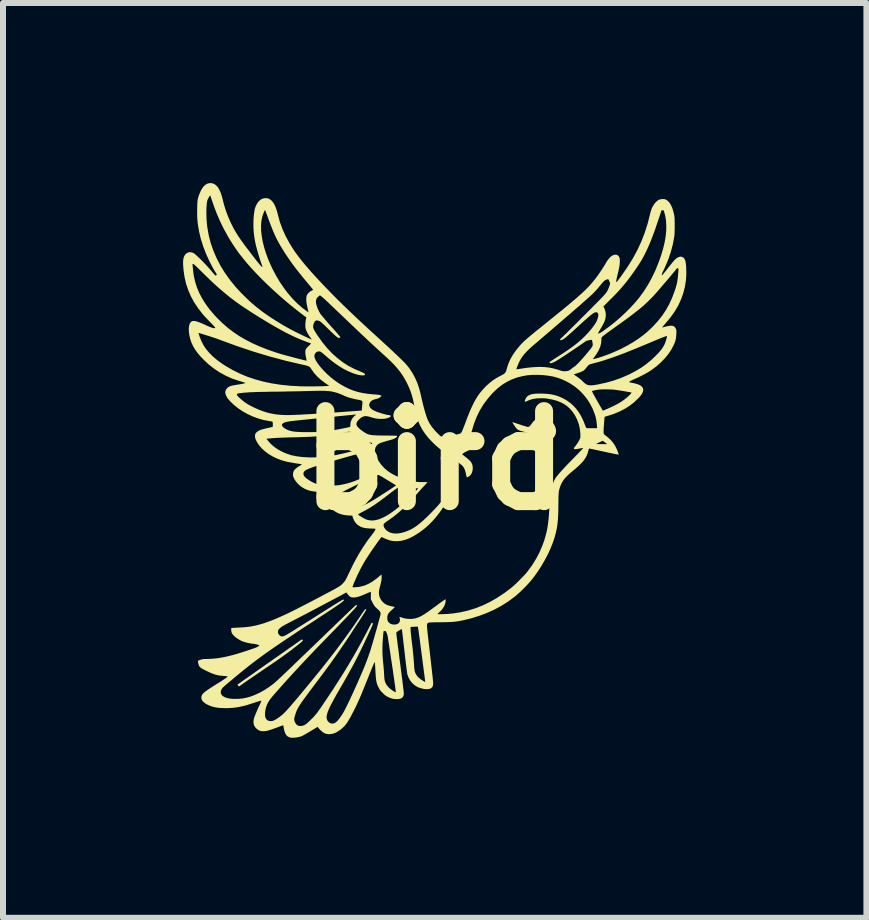
<source format=kicad_pcb>
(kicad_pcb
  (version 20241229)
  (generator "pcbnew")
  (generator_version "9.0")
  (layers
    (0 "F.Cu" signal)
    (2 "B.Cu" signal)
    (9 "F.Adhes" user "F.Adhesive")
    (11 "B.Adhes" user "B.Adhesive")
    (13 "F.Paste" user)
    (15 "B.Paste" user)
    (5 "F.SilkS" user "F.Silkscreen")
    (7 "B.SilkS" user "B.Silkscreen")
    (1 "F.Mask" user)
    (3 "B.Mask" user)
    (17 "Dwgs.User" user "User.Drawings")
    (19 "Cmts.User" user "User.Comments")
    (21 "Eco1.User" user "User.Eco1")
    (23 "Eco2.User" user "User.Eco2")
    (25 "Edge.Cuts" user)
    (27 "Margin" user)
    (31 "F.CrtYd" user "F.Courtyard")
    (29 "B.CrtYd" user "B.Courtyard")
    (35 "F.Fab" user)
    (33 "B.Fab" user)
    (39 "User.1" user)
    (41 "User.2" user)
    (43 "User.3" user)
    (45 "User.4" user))
  (footprint "bird"
    (layer "F.Cu")
    (at 4.193 4.621)
    (property "Reference" "bird" (at 0 0 0) (layer "F.SilkS") (effects (font (size 1.5 1.5) (thickness 0.3))))
    (attr board_only exclude_from_pos_files exclude_from_bom)
    (fp_poly (pts (xy -2.206 2.985) (xy -2.199 2.994) (xy -2.196 2.999) (xy -2.199 3.004) (xy -2.21 3.015) (xy -2.227 3.031) (xy -2.252 3.051) (xy -2.278 3.072) (xy -2.316 3.102) (xy -2.352 3.13) (xy -2.388 3.158) (xy -2.423 3.184) (xy -2.46 3.212) (xy -2.499 3.24) (xy -2.54 3.269) (xy -2.585 3.301) (xy -2.635 3.336) (xy -2.69 3.374) (xy -2.752 3.416) (xy -2.82 3.462) (xy -2.873 3.498) (xy -2.921 3.531) (xy -2.968 3.563) (xy -3.014 3.594) (xy -3.057 3.624) (xy -3.097 3.651) (xy -3.132 3.675) (xy -3.16 3.695) (xy -3.182 3.71) (xy -3.19 3.715) (xy -3.213 3.732) (xy -3.234 3.746) (xy -3.25 3.758) (xy -3.26 3.765) (xy -3.263 3.766) (xy -3.267 3.762) (xy -3.275 3.753) (xy -3.276 3.751) (xy -3.287 3.736) (xy -3.218 3.687) (xy -3.198 3.672) (xy -3.171 3.653) (xy -3.138 3.63) (xy -3.099 3.603) (xy -3.056 3.573) (xy -3.009 3.54) (xy -2.959 3.504) (xy -2.906 3.467) (xy -2.851 3.428) (xy -2.795 3.389) (xy -2.737 3.349) (xy -2.68 3.308) (xy -2.623 3.269) (xy -2.568 3.23) (xy -2.514 3.192) (xy -2.463 3.156) (xy -2.416 3.123) (xy -2.371 3.092) (xy -2.332 3.064) (xy -2.298 3.04) (xy -2.269 3.02) (xy -2.247 3.004) (xy -2.232 2.994) (xy -2.224 2.989) (xy -2.224 2.988) (xy -2.214 2.983)) (stroke (width 0) (type solid)) (fill yes) (layer "F.SilkS"))
    (fp_poly (pts (xy 1.816 -0.721) (xy 1.834 -0.72) (xy 1.848 -0.716) (xy 1.863 -0.711) (xy 1.877 -0.704) (xy 1.914 -0.681) (xy 1.949 -0.649) (xy 1.979 -0.612) (xy 1.998 -0.58) (xy 2.015 -0.537) (xy 2.022 -0.495) (xy 2.018 -0.454) (xy 2.011 -0.431) (xy 1.992 -0.395) (xy 1.965 -0.364) (xy 1.931 -0.339) (xy 1.893 -0.323) (xy 1.851 -0.315) (xy 1.845 -0.314) (xy 1.815 -0.314) (xy 1.792 -0.318) (xy 1.786 -0.32) (xy 1.77 -0.326) (xy 1.755 -0.334) (xy 1.737 -0.345) (xy 1.715 -0.36) (xy 1.688 -0.38) (xy 1.675 -0.39) (xy 1.652 -0.407) (xy 1.631 -0.423) (xy 1.612 -0.435) (xy 1.599 -0.443) (xy 1.598 -0.443) (xy 1.586 -0.448) (xy 1.565 -0.455) (xy 1.54 -0.463) (xy 1.511 -0.471) (xy 1.496 -0.475) (xy 1.459 -0.485) (xy 1.43 -0.493) (xy 1.407 -0.501) (xy 1.39 -0.509) (xy 1.377 -0.518) (xy 1.365 -0.529) (xy 1.362 -0.532) (xy 1.354 -0.541) (xy 1.344 -0.556) (xy 1.331 -0.574) (xy 1.319 -0.593) (xy 1.307 -0.611) (xy 1.298 -0.626) (xy 1.293 -0.636) (xy 1.292 -0.638) (xy 1.297 -0.637) (xy 1.31 -0.633) (xy 1.33 -0.626) (xy 1.357 -0.618) (xy 1.388 -0.608) (xy 1.416 -0.599) (xy 1.45 -0.587) (xy 1.482 -0.577) (xy 1.51 -0.569) (xy 1.532 -0.562) (xy 1.547 -0.558) (xy 1.552 -0.557) (xy 1.566 -0.56) (xy 1.579 -0.568) (xy 1.594 -0.583) (xy 1.611 -0.606) (xy 1.612 -0.609) (xy 1.644 -0.65) (xy 1.679 -0.683) (xy 1.714 -0.707) (xy 1.729 -0.714) (xy 1.742 -0.718) (xy 1.757 -0.72) (xy 1.777 -0.721) (xy 1.792 -0.721)) (stroke (width 0) (type solid)) (fill yes) (layer "F.SilkS"))
    (fp_poly (pts (xy -3.709 -4.618) (xy -3.68 -4.608) (xy -3.653 -4.592) (xy -3.629 -4.57) (xy -3.606 -4.541) (xy -3.586 -4.504) (xy -3.566 -4.459) (xy -3.548 -4.405) (xy -3.531 -4.342) (xy -3.524 -4.313) (xy -3.502 -4.23) (xy -3.473 -4.143) (xy -3.44 -4.055) (xy -3.403 -3.97) (xy -3.363 -3.89) (xy -3.352 -3.868) (xy -3.333 -3.836) (xy -3.314 -3.803) (xy -3.294 -3.77) (xy -3.273 -3.737) (xy -3.249 -3.701) (xy -3.222 -3.662) (xy -3.192 -3.621) (xy -3.158 -3.574) (xy -3.119 -3.523) (xy -3.076 -3.467) (xy -3.027 -3.403) (xy -2.973 -3.333) (xy -2.972 -3.331) (xy -2.944 -3.297) (xy -2.921 -3.269) (xy -2.901 -3.246) (xy -2.886 -3.231) (xy -2.875 -3.222) (xy -2.871 -3.222) (xy -2.87 -3.223) (xy -2.872 -3.229) (xy -2.876 -3.244) (xy -2.883 -3.264) (xy -2.892 -3.29) (xy -2.901 -3.32) (xy -2.902 -3.321) (xy -2.931 -3.41) (xy -2.955 -3.491) (xy -2.975 -3.565) (xy -2.991 -3.635) (xy -3.003 -3.701) (xy -3.012 -3.766) (xy -3.018 -3.83) (xy -3.021 -3.895) (xy -3.021 -3.914) (xy -2.894 -3.914) (xy -2.893 -3.834) (xy -2.884 -3.749) (xy -2.869 -3.659) (xy -2.847 -3.566) (xy -2.818 -3.47) (xy -2.783 -3.372) (xy -2.741 -3.272) (xy -2.703 -3.191) (xy -2.645 -3.08) (xy -2.581 -2.973) (xy -2.513 -2.873) (xy -2.442 -2.779) (xy -2.367 -2.693) (xy -2.289 -2.614) (xy -2.21 -2.545) (xy -2.149 -2.499) (xy -2.131 -2.486) (xy -2.116 -2.476) (xy -2.107 -2.47) (xy -2.104 -2.469) (xy -2.104 -2.474) (xy -2.107 -2.487) (xy -2.111 -2.506) (xy -2.117 -2.53) (xy -2.119 -2.538) (xy -2.13 -2.59) (xy -2.138 -2.638) (xy -2.141 -2.68) (xy -2.139 -2.717) (xy -2.134 -2.744) (xy -2.119 -2.773) (xy -2.095 -2.799) (xy -2.065 -2.821) (xy -2.055 -2.826) (xy -2.04 -2.834) (xy -2.029 -2.841) (xy -2.026 -2.844) (xy -2.03 -2.848) (xy -2.039 -2.86) (xy -2.053 -2.877) (xy -2.071 -2.899) (xy -2.092 -2.924) (xy -2.108 -2.943) (xy -2.186 -3.037) (xy -2.257 -3.125) (xy -2.323 -3.209) (xy -2.383 -3.29) (xy -2.438 -3.369) (xy -2.491 -3.447) (xy -2.54 -3.526) (xy -2.563 -3.563) (xy -2.587 -3.605) (xy -2.609 -3.645) (xy -2.63 -3.684) (xy -2.65 -3.725) (xy -2.67 -3.769) (xy -2.691 -3.816) (xy -2.712 -3.869) (xy -2.735 -3.928) (xy -2.761 -3.996) (xy -2.774 -4.032) (xy -2.787 -4.068) (xy -2.799 -4.1) (xy -2.81 -4.128) (xy -2.818 -4.15) (xy -2.824 -4.165) (xy -2.826 -4.172) (xy -2.827 -4.172) (xy -2.83 -4.169) (xy -2.836 -4.159) (xy -2.843 -4.143) (xy -2.852 -4.122) (xy -2.86 -4.101) (xy -2.868 -4.079) (xy -2.874 -4.06) (xy -2.875 -4.055) (xy -2.888 -3.988) (xy -2.894 -3.914) (xy -3.021 -3.914) (xy -3.021 -3.936) (xy -3.02 -3.986) (xy -3.018 -4.037) (xy -3.014 -4.086) (xy -3.008 -4.132) (xy -3.002 -4.171) (xy -2.998 -4.191) (xy -2.986 -4.226) (xy -2.97 -4.261) (xy -2.95 -4.294) (xy -2.93 -4.32) (xy -2.928 -4.321) (xy -2.898 -4.347) (xy -2.865 -4.363) (xy -2.83 -4.37) (xy -2.818 -4.37) (xy -2.784 -4.367) (xy -2.755 -4.356) (xy -2.728 -4.337) (xy -2.717 -4.327) (xy -2.694 -4.3) (xy -2.673 -4.266) (xy -2.653 -4.225) (xy -2.636 -4.176) (xy -2.619 -4.118) (xy -2.612 -4.089) (xy -2.58 -3.971) (xy -2.536 -3.853) (xy -2.483 -3.735) (xy -2.419 -3.617) (xy -2.346 -3.501) (xy -2.313 -3.454) (xy -2.264 -3.388) (xy -2.207 -3.316) (xy -2.143 -3.239) (xy -2.072 -3.157) (xy -1.994 -3.07) (xy -1.909 -2.979) (xy -1.819 -2.884) (xy -1.724 -2.786) (xy -1.623 -2.684) (xy -1.517 -2.58) (xy -1.407 -2.474) (xy -1.293 -2.366) (xy -1.176 -2.257) (xy -1.056 -2.146) (xy -1.047 -2.138) (xy -0.994 -2.09) (xy -0.948 -2.048) (xy -0.907 -2.011) (xy -0.871 -1.978) (xy -0.839 -1.948) (xy -0.809 -1.921) (xy -0.781 -1.895) (xy -0.753 -1.87) (xy -0.726 -1.844) (xy -0.696 -1.816) (xy -0.665 -1.786) (xy -0.645 -1.768) (xy -0.602 -1.727) (xy -0.565 -1.691) (xy -0.534 -1.661) (xy -0.508 -1.635) (xy -0.486 -1.612) (xy -0.468 -1.591) (xy -0.451 -1.57) (xy -0.435 -1.55) (xy -0.42 -1.53) (xy -0.369 -1.453) (xy -0.326 -1.372) (xy -0.289 -1.287) (xy -0.258 -1.195) (xy -0.233 -1.097) (xy -0.23 -1.081) (xy -0.217 -1.024) (xy -0.203 -0.966) (xy -0.189 -0.908) (xy -0.174 -0.853) (xy -0.159 -0.801) (xy -0.144 -0.754) (xy -0.131 -0.713) (xy -0.119 -0.682) (xy -0.117 -0.677) (xy -0.086 -0.616) (xy -0.045 -0.555) (xy 0.007 -0.493) (xy 0.034 -0.465) (xy 0.06 -0.439) (xy 0.081 -0.419) (xy 0.099 -0.405) (xy 0.115 -0.397) (xy 0.132 -0.393) (xy 0.151 -0.392) (xy 0.174 -0.395) (xy 0.202 -0.4) (xy 0.256 -0.41) (xy 0.3 -0.419) (xy 0.337 -0.426) (xy 0.366 -0.432) (xy 0.388 -0.437) (xy 0.405 -0.441) (xy 0.418 -0.446) (xy 0.427 -0.45) (xy 0.434 -0.454) (xy 0.439 -0.46) (xy 0.443 -0.466) (xy 0.447 -0.47) (xy 0.452 -0.48) (xy 0.46 -0.498) (xy 0.47 -0.523) (xy 0.482 -0.552) (xy 0.494 -0.584) (xy 0.5 -0.599) (xy 0.533 -0.688) (xy 0.564 -0.767) (xy 0.593 -0.838) (xy 0.622 -0.901) (xy 0.65 -0.959) (xy 0.678 -1.01) (xy 0.706 -1.057) (xy 0.735 -1.1) (xy 0.766 -1.14) (xy 0.799 -1.179) (xy 0.834 -1.216) (xy 0.855 -1.238) (xy 0.91 -1.288) (xy 0.964 -1.331) (xy 1.02 -1.368) (xy 1.081 -1.402) (xy 1.106 -1.415) (xy 1.137 -1.431) (xy 1.14 -1.433) (xy 2.318 -1.433) (xy 2.322 -1.429) (xy 2.333 -1.421) (xy 2.35 -1.409) (xy 2.369 -1.396) (xy 2.394 -1.378) (xy 2.421 -1.357) (xy 2.445 -1.337) (xy 2.456 -1.327) (xy 2.481 -1.302) (xy 2.501 -1.285) (xy 2.517 -1.273) (xy 2.532 -1.264) (xy 2.547 -1.258) (xy 2.548 -1.258) (xy 2.57 -1.253) (xy 2.594 -1.251) (xy 2.624 -1.252) (xy 2.66 -1.256) (xy 2.704 -1.263) (xy 2.72 -1.266) (xy 2.853 -1.295) (xy 2.979 -1.33) (xy 3.1 -1.373) (xy 3.22 -1.424) (xy 3.248 -1.437) (xy 3.347 -1.489) (xy 3.438 -1.544) (xy 3.523 -1.604) (xy 3.604 -1.67) (xy 3.678 -1.74) (xy 3.722 -1.785) (xy 3.757 -1.825) (xy 3.787 -1.863) (xy 3.81 -1.899) (xy 3.829 -1.934) (xy 3.839 -1.96) (xy 3.847 -1.981) (xy 3.854 -2.004) (xy 3.861 -2.027) (xy 3.866 -2.047) (xy 3.869 -2.063) (xy 3.869 -2.071) (xy 3.869 -2.071) (xy 3.863 -2.072) (xy 3.849 -2.068) (xy 3.828 -2.061) (xy 3.798 -2.05) (xy 3.76 -2.035) (xy 3.712 -2.015) (xy 3.656 -1.992) (xy 3.601 -1.968) (xy 3.482 -1.919) (xy 3.372 -1.873) (xy 3.27 -1.832) (xy 3.176 -1.794) (xy 3.088 -1.761) (xy 3.005 -1.73) (xy 2.928 -1.703) (xy 2.856 -1.679) (xy 2.787 -1.657) (xy 2.722 -1.638) (xy 2.664 -1.623) (xy 2.637 -1.616) (xy 2.612 -1.609) (xy 2.592 -1.603) (xy 2.579 -1.599) (xy 2.577 -1.598) (xy 2.568 -1.592) (xy 2.554 -1.579) (xy 2.538 -1.561) (xy 2.526 -1.546) (xy 2.509 -1.525) (xy 2.495 -1.51) (xy 2.483 -1.499) (xy 2.47 -1.491) (xy 2.453 -1.482) (xy 2.452 -1.482) (xy 2.429 -1.472) (xy 2.401 -1.462) (xy 2.373 -1.453) (xy 2.366 -1.45) (xy 2.346 -1.444) (xy 2.33 -1.438) (xy 2.32 -1.434) (xy 2.318 -1.433) (xy 1.14 -1.433) (xy 1.159 -1.446) (xy 1.175 -1.463) (xy 1.187 -1.483) (xy 1.195 -1.508) (xy 1.196 -1.512) (xy 1.198 -1.52) (xy 1.361 -1.52) (xy 1.361 -1.518) (xy 1.366 -1.518) (xy 1.38 -1.52) (xy 1.4 -1.523) (xy 1.426 -1.527) (xy 1.44 -1.529) (xy 1.535 -1.543) (xy 1.621 -1.552) (xy 1.701 -1.557) (xy 1.774 -1.558) (xy 1.844 -1.554) (xy 1.91 -1.546) (xy 1.975 -1.533) (xy 2.04 -1.515) (xy 2.055 -1.511) (xy 2.085 -1.501) (xy 2.106 -1.494) (xy 2.122 -1.49) (xy 2.135 -1.487) (xy 2.146 -1.486) (xy 2.158 -1.486) (xy 2.172 -1.486) (xy 2.177 -1.487) (xy 2.206 -1.489) (xy 2.229 -1.495) (xy 2.235 -1.497) (xy 2.249 -1.506) (xy 2.267 -1.518) (xy 2.276 -1.526) (xy 2.293 -1.539) (xy 2.314 -1.554) (xy 2.333 -1.567) (xy 2.35 -1.581) (xy 2.372 -1.602) (xy 2.4 -1.63) (xy 2.431 -1.664) (xy 2.453 -1.689) (xy 2.636 -1.689) (xy 2.641 -1.688) (xy 2.655 -1.691) (xy 2.677 -1.696) (xy 2.707 -1.704) (xy 2.717 -1.707) (xy 2.778 -1.726) (xy 2.845 -1.75) (xy 2.916 -1.776) (xy 2.987 -1.806) (xy 3.055 -1.836) (xy 3.112 -1.863) (xy 3.213 -1.916) (xy 3.306 -1.97) (xy 3.391 -2.026) (xy 3.47 -2.084) (xy 3.545 -2.146) (xy 3.616 -2.213) (xy 3.644 -2.241) (xy 3.722 -2.326) (xy 3.791 -2.414) (xy 3.852 -2.506) (xy 3.906 -2.603) (xy 3.954 -2.707) (xy 3.996 -2.819) (xy 4.001 -2.834) (xy 4.015 -2.876) (xy 4.025 -2.913) (xy 4.034 -2.947) (xy 4.041 -2.98) (xy 4.046 -3.017) (xy 4.051 -3.058) (xy 4.055 -3.104) (xy 4.058 -3.138) (xy 4.06 -3.163) (xy 4.061 -3.181) (xy 4.06 -3.191) (xy 4.058 -3.197) (xy 4.057 -3.199) (xy 4.044 -3.203) (xy 4.033 -3.198) (xy 4.023 -3.186) (xy 4.019 -3.181) (xy 4.015 -3.176) (xy 4.01 -3.169) (xy 4.003 -3.161) (xy 3.994 -3.149) (xy 3.982 -3.135) (xy 3.967 -3.117) (xy 3.948 -3.094) (xy 3.924 -3.065) (xy 3.895 -3.031) (xy 3.861 -2.99) (xy 3.82 -2.943) (xy 3.77 -2.884) (xy 3.723 -2.83) (xy 3.68 -2.781) (xy 3.638 -2.735) (xy 3.597 -2.693) (xy 3.557 -2.652) (xy 3.516 -2.614) (xy 3.474 -2.575) (xy 3.429 -2.537) (xy 3.381 -2.498) (xy 3.328 -2.457) (xy 3.271 -2.413) (xy 3.208 -2.366) (xy 3.138 -2.315) (xy 3.06 -2.259) (xy 3.047 -2.25) (xy 2.99 -2.209) (xy 2.941 -2.174) (xy 2.899 -2.144) (xy 2.865 -2.119) (xy 2.837 -2.098) (xy 2.815 -2.081) (xy 2.799 -2.068) (xy 2.788 -2.059) (xy 2.782 -2.052) (xy 2.78 -2.05) (xy 2.778 -2.04) (xy 2.777 -2.024) (xy 2.776 -2.004) (xy 2.776 -2.003) (xy 2.772 -1.951) (xy 2.757 -1.895) (xy 2.733 -1.838) (xy 2.7 -1.78) (xy 2.672 -1.74) (xy 2.658 -1.721) (xy 2.646 -1.704) (xy 2.639 -1.693) (xy 2.636 -1.689) (xy 2.453 -1.689) (xy 2.467 -1.704) (xy 2.506 -1.749) (xy 2.547 -1.798) (xy 2.566 -1.821) (xy 2.59 -1.85) (xy 2.608 -1.873) (xy 2.62 -1.891) (xy 2.628 -1.906) (xy 2.632 -1.919) (xy 2.633 -1.933) (xy 2.631 -1.948) (xy 2.628 -1.966) (xy 2.624 -1.985) (xy 2.621 -2) (xy 2.618 -2.009) (xy 2.618 -2.009) (xy 2.613 -2.009) (xy 2.6 -2.008) (xy 2.582 -2.005) (xy 2.564 -2.002) (xy 2.547 -1.998) (xy 2.534 -1.995) (xy 2.533 -1.995) (xy 2.522 -1.989) (xy 2.505 -1.979) (xy 2.486 -1.966) (xy 2.471 -1.955) (xy 2.457 -1.945) (xy 2.435 -1.93) (xy 2.408 -1.911) (xy 2.374 -1.888) (xy 2.337 -1.863) (xy 2.296 -1.835) (xy 2.254 -1.807) (xy 2.217 -1.782) (xy 2.167 -1.749) (xy 2.125 -1.722) (xy 2.09 -1.699) (xy 2.06 -1.68) (xy 2.036 -1.665) (xy 2.017 -1.654) (xy 2 -1.645) (xy 1.987 -1.638) (xy 1.975 -1.633) (xy 1.967 -1.63) (xy 1.946 -1.623) (xy 1.933 -1.62) (xy 1.925 -1.619) (xy 1.921 -1.621) (xy 1.918 -1.624) (xy 1.914 -1.633) (xy 1.913 -1.638) (xy 1.918 -1.642) (xy 1.93 -1.65) (xy 1.949 -1.663) (xy 1.973 -1.679) (xy 2.002 -1.698) (xy 2.033 -1.718) (xy 2.034 -1.719) (xy 2.104 -1.763) (xy 2.166 -1.804) (xy 2.221 -1.841) (xy 2.269 -1.875) (xy 2.313 -1.907) (xy 2.353 -1.938) (xy 2.39 -1.968) (xy 2.426 -1.999) (xy 2.446 -2.017) (xy 2.489 -2.058) (xy 2.532 -2.102) (xy 2.544 -2.115) (xy 2.719 -2.115) (xy 2.723 -2.113) (xy 2.734 -2.116) (xy 2.751 -2.123) (xy 2.771 -2.134) (xy 2.794 -2.148) (xy 2.805 -2.156) (xy 2.9 -2.225) (xy 2.995 -2.299) (xy 3.088 -2.379) (xy 3.177 -2.462) (xy 3.261 -2.546) (xy 3.338 -2.63) (xy 3.401 -2.705) (xy 3.479 -2.811) (xy 3.55 -2.922) (xy 3.616 -3.041) (xy 3.676 -3.166) (xy 3.73 -3.3) (xy 3.769 -3.409) (xy 3.802 -3.518) (xy 3.828 -3.623) (xy 3.846 -3.724) (xy 3.856 -3.82) (xy 3.858 -3.911) (xy 3.853 -3.996) (xy 3.84 -4.075) (xy 3.833 -4.102) (xy 3.816 -4.165) (xy 3.797 -4.166) (xy 3.778 -4.168) (xy 3.739 -4.048) (xy 3.71 -3.963) (xy 3.685 -3.888) (xy 3.661 -3.819) (xy 3.638 -3.758) (xy 3.617 -3.702) (xy 3.596 -3.65) (xy 3.576 -3.601) (xy 3.556 -3.555) (xy 3.535 -3.509) (xy 3.524 -3.487) (xy 3.501 -3.439) (xy 3.479 -3.397) (xy 3.457 -3.357) (xy 3.433 -3.317) (xy 3.407 -3.275) (xy 3.376 -3.228) (xy 3.363 -3.209) (xy 3.306 -3.126) (xy 3.25 -3.049) (xy 3.195 -2.977) (xy 3.137 -2.907) (xy 3.077 -2.838) (xy 3.011 -2.767) (xy 2.938 -2.693) (xy 2.924 -2.68) (xy 2.809 -2.564) (xy 2.819 -2.548) (xy 2.836 -2.51) (xy 2.847 -2.466) (xy 2.85 -2.421) (xy 2.846 -2.375) (xy 2.839 -2.347) (xy 2.832 -2.327) (xy 2.825 -2.309) (xy 2.817 -2.29) (xy 2.805 -2.268) (xy 2.791 -2.242) (xy 2.773 -2.21) (xy 2.76 -2.189) (xy 2.746 -2.165) (xy 2.734 -2.144) (xy 2.725 -2.127) (xy 2.72 -2.117) (xy 2.719 -2.115) (xy 2.544 -2.115) (xy 2.572 -2.146) (xy 2.609 -2.189) (xy 2.641 -2.231) (xy 2.668 -2.269) (xy 2.688 -2.302) (xy 2.693 -2.311) (xy 2.706 -2.34) (xy 2.716 -2.37) (xy 2.723 -2.399) (xy 2.726 -2.423) (xy 2.724 -2.441) (xy 2.724 -2.442) (xy 2.714 -2.459) (xy 2.698 -2.468) (xy 2.678 -2.468) (xy 2.654 -2.46) (xy 2.653 -2.459) (xy 2.637 -2.45) (xy 2.616 -2.433) (xy 2.588 -2.411) (xy 2.555 -2.383) (xy 2.517 -2.35) (xy 2.475 -2.313) (xy 2.464 -2.302) (xy 2.408 -2.251) (xy 2.36 -2.207) (xy 2.318 -2.169) (xy 2.283 -2.137) (xy 2.252 -2.11) (xy 2.226 -2.087) (xy 2.205 -2.068) (xy 2.187 -2.053) (xy 2.172 -2.041) (xy 2.16 -2.032) (xy 2.15 -2.024) (xy 2.14 -2.018) (xy 2.132 -2.014) (xy 2.124 -2.01) (xy 2.12 -2.008) (xy 2.106 -2.003) (xy 2.099 -2.002) (xy 2.094 -2.005) (xy 2.094 -2.006) (xy 2.09 -2.013) (xy 2.091 -2.02) (xy 2.096 -2.028) (xy 2.108 -2.039) (xy 2.123 -2.052) (xy 2.132 -2.06) (xy 2.147 -2.075) (xy 2.168 -2.096) (xy 2.196 -2.122) (xy 2.228 -2.154) (xy 2.264 -2.19) (xy 2.305 -2.231) (xy 2.349 -2.274) (xy 2.396 -2.321) (xy 2.444 -2.37) (xy 2.495 -2.42) (xy 2.505 -2.43) (xy 2.564 -2.49) (xy 2.617 -2.542) (xy 2.663 -2.589) (xy 2.703 -2.629) (xy 2.738 -2.665) (xy 2.767 -2.695) (xy 2.793 -2.722) (xy 2.814 -2.744) (xy 2.831 -2.764) (xy 2.846 -2.781) (xy 2.857 -2.796) (xy 2.867 -2.81) (xy 2.875 -2.822) (xy 2.881 -2.834) (xy 2.887 -2.847) (xy 2.892 -2.86) (xy 2.898 -2.874) (xy 2.904 -2.89) (xy 2.904 -2.89) (xy 2.912 -2.912) (xy 2.918 -2.931) (xy 2.922 -2.944) (xy 2.922 -2.948) (xy 2.92 -2.957) (xy 2.915 -2.971) (xy 2.908 -2.987) (xy 2.901 -3.003) (xy 2.894 -3.015) (xy 2.889 -3.021) (xy 2.889 -3.021) (xy 2.883 -3.02) (xy 2.87 -3.015) (xy 2.858 -3.011) (xy 2.846 -3.006) (xy 2.835 -3) (xy 2.824 -2.991) (xy 2.811 -2.979) (xy 2.796 -2.963) (xy 2.777 -2.941) (xy 2.754 -2.912) (xy 2.745 -2.902) (xy 2.722 -2.873) (xy 2.699 -2.846) (xy 2.675 -2.821) (xy 2.65 -2.795) (xy 2.622 -2.767) (xy 2.59 -2.738) (xy 2.553 -2.704) (xy 2.509 -2.665) (xy 2.5 -2.657) (xy 2.445 -2.608) (xy 2.383 -2.554) (xy 2.316 -2.496) (xy 2.246 -2.435) (xy 2.173 -2.373) (xy 2.099 -2.309) (xy 2.025 -2.245) (xy 1.953 -2.183) (xy 1.883 -2.123) (xy 1.816 -2.066) (xy 1.754 -2.013) (xy 1.699 -1.966) (xy 1.68 -1.95) (xy 1.625 -1.903) (xy 1.579 -1.861) (xy 1.539 -1.822) (xy 1.505 -1.786) (xy 1.476 -1.751) (xy 1.451 -1.717) (xy 1.429 -1.682) (xy 1.409 -1.645) (xy 1.406 -1.638) (xy 1.396 -1.616) (xy 1.386 -1.592) (xy 1.376 -1.568) (xy 1.368 -1.547) (xy 1.363 -1.53) (xy 1.361 -1.52) (xy 1.198 -1.52) (xy 1.221 -1.596) (xy 1.256 -1.679) (xy 1.302 -1.76) (xy 1.358 -1.84) (xy 1.423 -1.918) (xy 1.445 -1.942) (xy 1.461 -1.958) (xy 1.478 -1.975) (xy 1.495 -1.992) (xy 1.515 -2.009) (xy 1.537 -2.029) (xy 1.562 -2.05) (xy 1.591 -2.075) (xy 1.625 -2.103) (xy 1.665 -2.136) (xy 1.711 -2.173) (xy 1.765 -2.216) (xy 1.784 -2.232) (xy 1.876 -2.306) (xy 1.961 -2.374) (xy 2.038 -2.437) (xy 2.109 -2.494) (xy 2.173 -2.547) (xy 2.231 -2.595) (xy 2.283 -2.639) (xy 2.331 -2.679) (xy 2.373 -2.716) (xy 2.412 -2.75) (xy 2.447 -2.781) (xy 2.479 -2.811) (xy 2.508 -2.838) (xy 2.534 -2.865) (xy 2.559 -2.89) (xy 2.582 -2.915) (xy 2.604 -2.94) (xy 2.623 -2.961) (xy 2.665 -3.013) (xy 2.71 -3.072) (xy 2.754 -3.135) (xy 2.797 -3.2) (xy 2.836 -3.263) (xy 2.848 -3.284) (xy 2.879 -3.333) (xy 2.909 -3.371) (xy 2.938 -3.4) (xy 2.968 -3.418) (xy 2.998 -3.427) (xy 3.01 -3.428) (xy 3.029 -3.426) (xy 3.044 -3.42) (xy 3.053 -3.414) (xy 3.067 -3.399) (xy 3.077 -3.381) (xy 3.082 -3.358) (xy 3.084 -3.328) (xy 3.084 -3.322) (xy 3.083 -3.296) (xy 3.081 -3.269) (xy 3.077 -3.238) (xy 3.07 -3.203) (xy 3.062 -3.162) (xy 3.05 -3.113) (xy 3.044 -3.088) (xy 3.035 -3.05) (xy 3.029 -3.021) (xy 3.025 -3) (xy 3.023 -2.986) (xy 3.024 -2.977) (xy 3.027 -2.973) (xy 3.03 -2.972) (xy 3.035 -2.976) (xy 3.044 -2.988) (xy 3.058 -3.006) (xy 3.076 -3.03) (xy 3.097 -3.058) (xy 3.12 -3.09) (xy 3.144 -3.125) (xy 3.169 -3.161) (xy 3.194 -3.197) (xy 3.215 -3.228) (xy 3.299 -3.363) (xy 3.375 -3.503) (xy 3.442 -3.647) (xy 3.499 -3.795) (xy 3.547 -3.945) (xy 3.581 -4.079) (xy 3.59 -4.117) (xy 3.598 -4.146) (xy 3.606 -4.171) (xy 3.614 -4.193) (xy 3.624 -4.216) (xy 3.633 -4.232) (xy 3.652 -4.264) (xy 3.675 -4.294) (xy 3.7 -4.319) (xy 3.725 -4.338) (xy 3.732 -4.342) (xy 3.751 -4.348) (xy 3.776 -4.353) (xy 3.791 -4.354) (xy 3.814 -4.354) (xy 3.83 -4.353) (xy 3.845 -4.348) (xy 3.852 -4.345) (xy 3.883 -4.324) (xy 3.911 -4.294) (xy 3.936 -4.253) (xy 3.958 -4.204) (xy 3.976 -4.144) (xy 3.986 -4.103) (xy 3.99 -4.086) (xy 3.992 -4.069) (xy 3.995 -4.051) (xy 3.996 -4.031) (xy 3.997 -4.007) (xy 3.997 -3.976) (xy 3.998 -3.938) (xy 3.998 -3.915) (xy 3.998 -3.858) (xy 3.996 -3.809) (xy 3.995 -3.77) (xy 3.992 -3.74) (xy 3.991 -3.732) (xy 3.967 -3.601) (xy 3.933 -3.473) (xy 3.896 -3.363) (xy 3.885 -3.335) (xy 3.872 -3.303) (xy 3.856 -3.267) (xy 3.84 -3.23) (xy 3.825 -3.195) (xy 3.81 -3.164) (xy 3.798 -3.139) (xy 3.794 -3.132) (xy 3.787 -3.114) (xy 3.782 -3.099) (xy 3.782 -3.088) (xy 3.786 -3.084) (xy 3.791 -3.088) (xy 3.8 -3.099) (xy 3.815 -3.116) (xy 3.832 -3.137) (xy 3.853 -3.162) (xy 3.863 -3.176) (xy 3.887 -3.206) (xy 3.91 -3.236) (xy 3.933 -3.264) (xy 3.952 -3.288) (xy 3.967 -3.307) (xy 3.97 -3.31) (xy 4.001 -3.345) (xy 4.032 -3.371) (xy 4.062 -3.388) (xy 4.09 -3.395) (xy 4.116 -3.393) (xy 4.14 -3.381) (xy 4.149 -3.373) (xy 4.159 -3.36) (xy 4.168 -3.345) (xy 4.175 -3.326) (xy 4.18 -3.302) (xy 4.185 -3.271) (xy 4.188 -3.231) (xy 4.189 -3.222) (xy 4.192 -3.111) (xy 4.185 -3.001) (xy 4.168 -2.893) (xy 4.141 -2.788) (xy 4.104 -2.684) (xy 4.058 -2.584) (xy 4.002 -2.488) (xy 3.937 -2.395) (xy 3.894 -2.342) (xy 3.863 -2.305) (xy 3.838 -2.276) (xy 3.819 -2.254) (xy 3.805 -2.237) (xy 3.796 -2.226) (xy 3.791 -2.219) (xy 3.789 -2.216) (xy 3.789 -2.216) (xy 3.794 -2.216) (xy 3.807 -2.219) (xy 3.827 -2.224) (xy 3.85 -2.23) (xy 3.893 -2.239) (xy 3.927 -2.244) (xy 3.955 -2.244) (xy 3.977 -2.238) (xy 3.995 -2.226) (xy 4.009 -2.209) (xy 4.015 -2.198) (xy 4.02 -2.188) (xy 4.024 -2.178) (xy 4.025 -2.167) (xy 4.026 -2.151) (xy 4.026 -2.129) (xy 4.025 -2.107) (xy 4.022 -2.063) (xy 4.017 -2.025) (xy 4.008 -1.989) (xy 3.994 -1.952) (xy 3.975 -1.91) (xy 3.975 -1.909) (xy 3.936 -1.838) (xy 3.888 -1.767) (xy 3.831 -1.698) (xy 3.766 -1.632) (xy 3.695 -1.569) (xy 3.618 -1.512) (xy 3.587 -1.49) (xy 3.544 -1.464) (xy 3.496 -1.437) (xy 3.444 -1.41) (xy 3.391 -1.384) (xy 3.342 -1.362) (xy 3.336 -1.36) (xy 3.304 -1.346) (xy 3.278 -1.333) (xy 3.257 -1.322) (xy 3.244 -1.313) (xy 3.24 -1.308) (xy 3.241 -1.305) (xy 3.245 -1.303) (xy 3.253 -1.3) (xy 3.267 -1.297) (xy 3.289 -1.292) (xy 3.315 -1.287) (xy 3.36 -1.276) (xy 3.395 -1.264) (xy 3.423 -1.251) (xy 3.44 -1.239) (xy 3.46 -1.217) (xy 3.472 -1.194) (xy 3.474 -1.167) (xy 3.466 -1.138) (xy 3.45 -1.106) (xy 3.424 -1.071) (xy 3.394 -1.038) (xy 3.325 -0.972) (xy 3.249 -0.912) (xy 3.167 -0.86) (xy 3.077 -0.814) (xy 2.98 -0.774) (xy 2.887 -0.744) (xy 2.83 -0.727) (xy 2.826 -0.688) (xy 2.822 -0.628) (xy 2.818 -0.578) (xy 2.815 -0.537) (xy 2.814 -0.504) (xy 2.813 -0.479) (xy 2.814 -0.46) (xy 2.816 -0.447) (xy 2.819 -0.439) (xy 2.82 -0.437) (xy 2.826 -0.431) (xy 2.839 -0.42) (xy 2.856 -0.407) (xy 2.866 -0.4) (xy 2.92 -0.353) (xy 2.966 -0.302) (xy 3.004 -0.245) (xy 3.026 -0.202) (xy 3.037 -0.177) (xy 3.047 -0.152) (xy 3.055 -0.13) (xy 3.061 -0.112) (xy 3.063 -0.1) (xy 3.062 -0.096) (xy 3.057 -0.097) (xy 3.042 -0.1) (xy 3.019 -0.104) (xy 2.989 -0.11) (xy 2.953 -0.118) (xy 2.912 -0.126) (xy 2.867 -0.136) (xy 2.822 -0.146) (xy 2.773 -0.156) (xy 2.728 -0.166) (xy 2.686 -0.175) (xy 2.65 -0.183) (xy 2.62 -0.189) (xy 2.596 -0.194) (xy 2.581 -0.197) (xy 2.576 -0.198) (xy 2.568 -0.194) (xy 2.566 -0.191) (xy 2.564 -0.183) (xy 2.56 -0.168) (xy 2.558 -0.156) (xy 2.545 -0.114) (xy 2.529 -0.074) (xy 2.507 -0.035) (xy 2.479 0.005) (xy 2.444 0.045) (xy 2.401 0.087) (xy 2.351 0.132) (xy 2.305 0.171) (xy 2.253 0.214) (xy 2.21 0.254) (xy 2.174 0.292) (xy 2.144 0.329) (xy 2.12 0.367) (xy 2.101 0.406) (xy 2.085 0.449) (xy 2.075 0.484) (xy 2.071 0.498) (xy 2.069 0.51) (xy 2.067 0.522) (xy 2.065 0.536) (xy 2.064 0.552) (xy 2.063 0.572) (xy 2.062 0.598) (xy 2.061 0.63) (xy 2.061 0.669) (xy 2.06 0.717) (xy 2.06 0.732) (xy 2.059 0.807) (xy 2.058 0.874) (xy 2.055 0.933) (xy 2.052 0.986) (xy 2.047 1.035) (xy 2.042 1.08) (xy 2.035 1.124) (xy 2.026 1.168) (xy 2.02 1.196) (xy 1.997 1.283) (xy 1.966 1.374) (xy 1.928 1.469) (xy 1.884 1.565) (xy 1.833 1.661) (xy 1.778 1.756) (xy 1.719 1.848) (xy 1.656 1.936) (xy 1.622 1.98) (xy 1.592 2.016) (xy 1.556 2.056) (xy 1.516 2.099) (xy 1.473 2.142) (xy 1.43 2.184) (xy 1.389 2.222) (xy 1.352 2.254) (xy 1.336 2.267) (xy 1.227 2.348) (xy 1.114 2.42) (xy 0.996 2.484) (xy 0.872 2.54) (xy 0.742 2.589) (xy 0.606 2.631) (xy 0.492 2.659) (xy 0.451 2.668) (xy 0.414 2.675) (xy 0.379 2.681) (xy 0.344 2.685) (xy 0.308 2.689) (xy 0.269 2.692) (xy 0.225 2.693) (xy 0.175 2.695) (xy 0.117 2.696) (xy 0.094 2.696) (xy 0.043 2.696) (xy -0.002 2.697) (xy -0.04 2.698) (xy -0.07 2.699) (xy -0.092 2.701) (xy -0.104 2.702) (xy -0.105 2.703) (xy -0.119 2.712) (xy -0.127 2.726) (xy -0.13 2.747) (xy -0.13 2.754) (xy -0.13 2.764) (xy -0.128 2.784) (xy -0.125 2.811) (xy -0.122 2.845) (xy -0.118 2.886) (xy -0.113 2.93) (xy -0.107 2.979) (xy -0.102 3.027) (xy -0.096 3.08) (xy -0.089 3.135) (xy -0.083 3.187) (xy -0.078 3.237) (xy -0.072 3.283) (xy -0.068 3.322) (xy -0.064 3.354) (xy -0.063 3.37) (xy -0.058 3.408) (xy -0.053 3.452) (xy -0.048 3.498) (xy -0.043 3.544) (xy -0.039 3.577) (xy -0.035 3.612) (xy -0.032 3.646) (xy -0.029 3.676) (xy -0.027 3.7) (xy -0.026 3.716) (xy -0.026 3.718) (xy -0.03 3.751) (xy -0.041 3.776) (xy -0.06 3.795) (xy -0.087 3.806) (xy -0.121 3.811) (xy -0.163 3.809) (xy -0.187 3.806) (xy -0.24 3.793) (xy -0.286 3.775) (xy -0.329 3.749) (xy -0.335 3.745) (xy -0.375 3.71) (xy -0.409 3.667) (xy -0.436 3.619) (xy -0.455 3.568) (xy -0.456 3.565) (xy -0.458 3.554) (xy -0.461 3.534) (xy -0.465 3.505) (xy -0.47 3.47) (xy -0.475 3.428) (xy -0.481 3.382) (xy -0.487 3.332) (xy -0.493 3.279) (xy -0.495 3.261) (xy -0.504 3.182) (xy -0.512 3.113) (xy -0.519 3.053) (xy -0.525 3.001) (xy -0.53 2.957) (xy -0.534 2.92) (xy -0.538 2.89) (xy -0.541 2.866) (xy -0.543 2.847) (xy -0.545 2.833) (xy -0.546 2.823) (xy -0.547 2.816) (xy -0.548 2.812) (xy -0.549 2.81) (xy -0.549 2.809) (xy -0.554 2.811) (xy -0.566 2.817) (xy -0.583 2.827) (xy -0.596 2.834) (xy -0.617 2.847) (xy -0.63 2.856) (xy -0.637 2.864) (xy -0.64 2.871) (xy -0.641 2.875) (xy -0.64 2.882) (xy -0.638 2.899) (xy -0.635 2.925) (xy -0.631 2.958) (xy -0.626 2.999) (xy -0.62 3.047) (xy -0.613 3.101) (xy -0.605 3.159) (xy -0.597 3.222) (xy -0.589 3.289) (xy -0.58 3.358) (xy -0.578 3.371) (xy -0.569 3.441) (xy -0.56 3.509) (xy -0.552 3.574) (xy -0.544 3.634) (xy -0.537 3.69) (xy -0.531 3.74) (xy -0.526 3.784) (xy -0.521 3.821) (xy -0.518 3.85) (xy -0.516 3.87) (xy -0.515 3.881) (xy -0.515 3.882) (xy -0.518 3.914) (xy -0.529 3.939) (xy -0.548 3.958) (xy -0.575 3.97) (xy -0.611 3.976) (xy -0.63 3.977) (xy -0.669 3.975) (xy -0.703 3.97) (xy -0.737 3.959) (xy -0.775 3.943) (xy -0.776 3.942) (xy -0.798 3.931) (xy -0.816 3.92) (xy -0.834 3.906) (xy -0.854 3.887) (xy -0.868 3.873) (xy -0.89 3.851) (xy -0.906 3.833) (xy -0.918 3.815) (xy -0.929 3.796) (xy -0.939 3.776) (xy -0.95 3.754) (xy -0.958 3.733) (xy -0.965 3.713) (xy -0.97 3.691) (xy -0.975 3.667) (xy -0.979 3.638) (xy -0.982 3.603) (xy -0.985 3.561) (xy -0.988 3.514) (xy -0.99 3.475) (xy -0.992 3.44) (xy -0.994 3.409) (xy -0.996 3.385) (xy -0.998 3.367) (xy -0.999 3.359) (xy -0.999 3.358) (xy -1.002 3.361) (xy -1.008 3.372) (xy -1.018 3.394) (xy -1.032 3.425) (xy -1.049 3.466) (xy -1.069 3.516) (xy -1.094 3.577) (xy -1.103 3.601) (xy -1.124 3.653) (xy -1.145 3.704) (xy -1.165 3.755) (xy -1.184 3.802) (xy -1.202 3.846) (xy -1.217 3.884) (xy -1.23 3.915) (xy -1.24 3.937) (xy -1.24 3.938) (xy -1.267 3.999) (xy -1.295 4.06) (xy -1.324 4.121) (xy -1.354 4.18) (xy -1.383 4.236) (xy -1.41 4.287) (xy -1.436 4.331) (xy -1.459 4.368) (xy -1.465 4.377) (xy -1.492 4.412) (xy -1.526 4.447) (xy -1.564 4.48) (xy -1.605 4.509) (xy -1.645 4.533) (xy -1.681 4.548) (xy -1.721 4.558) (xy -1.763 4.561) (xy -1.802 4.557) (xy -1.835 4.546) (xy -1.855 4.534) (xy -1.879 4.516) (xy -1.903 4.495) (xy -1.925 4.472) (xy -1.94 4.453) (xy -1.951 4.439) (xy -2.076 4.514) (xy -2.11 4.534) (xy -2.142 4.553) (xy -2.171 4.569) (xy -2.195 4.583) (xy -2.213 4.592) (xy -2.224 4.597) (xy -2.224 4.597) (xy -2.261 4.607) (xy -2.299 4.615) (xy -2.338 4.619) (xy -2.373 4.62) (xy -2.403 4.618) (xy -2.422 4.613) (xy -2.448 4.6) (xy -2.47 4.581) (xy -2.487 4.554) (xy -2.501 4.52) (xy -2.512 4.477) (xy -2.519 4.437) (xy -2.521 4.423) (xy -2.524 4.414) (xy -2.525 4.412) (xy -2.531 4.414) (xy -2.545 4.419) (xy -2.566 4.426) (xy -2.592 4.436) (xy -2.621 4.447) (xy -2.626 4.449) (xy -2.675 4.467) (xy -2.716 4.481) (xy -2.749 4.492) (xy -2.777 4.5) (xy -2.801 4.506) (xy -2.823 4.509) (xy -2.843 4.511) (xy -2.857 4.511) (xy -2.88 4.511) (xy -2.898 4.508) (xy -2.913 4.504) (xy -2.932 4.495) (xy -2.932 4.495) (xy -2.964 4.474) (xy -2.99 4.447) (xy -3.008 4.417) (xy -3.015 4.396) (xy -3.019 4.374) (xy -3.02 4.351) (xy -3.017 4.325) (xy -3.01 4.295) (xy -2.999 4.261) (xy -2.983 4.221) (xy -2.963 4.174) (xy -2.939 4.119) (xy -2.926 4.093) (xy -2.913 4.065) (xy -2.903 4.041) (xy -2.894 4.021) (xy -2.889 4.008) (xy -2.888 4.002) (xy -2.888 4.002) (xy -2.894 4.003) (xy -2.908 4.006) (xy -2.928 4.012) (xy -2.954 4.02) (xy -2.984 4.029) (xy -2.989 4.031) (xy -3.033 4.045) (xy -3.07 4.057) (xy -3.099 4.066) (xy -3.123 4.074) (xy -3.144 4.08) (xy -3.163 4.085) (xy -3.181 4.09) (xy -3.201 4.094) (xy -3.212 4.097) (xy -3.287 4.112) (xy -3.358 4.121) (xy -3.431 4.126) (xy -3.485 4.127) (xy -3.546 4.125) (xy -3.599 4.122) (xy -3.647 4.115) (xy -3.69 4.106) (xy -3.731 4.093) (xy -3.732 4.092) (xy -3.782 4.072) (xy -3.822 4.049) (xy -3.853 4.025) (xy -3.875 3.999) (xy -3.887 3.971) (xy -3.888 3.943) (xy -3.886 3.929) (xy -3.881 3.916) (xy -3.875 3.904) (xy -3.866 3.891) (xy -3.854 3.878) (xy -3.846 3.871) (xy -3.565 3.871) (xy -3.563 3.88) (xy -3.551 3.905) (xy -3.53 3.927) (xy -3.499 3.945) (xy -3.46 3.958) (xy -3.413 3.968) (xy -3.359 3.973) (xy -3.297 3.973) (xy -3.282 3.973) (xy -3.212 3.967) (xy -3.144 3.955) (xy -3.074 3.936) (xy -3.002 3.909) (xy -2.926 3.874) (xy -2.922 3.873) (xy -2.843 3.829) (xy -2.767 3.78) (xy -2.692 3.725) (xy -2.617 3.66) (xy -2.592 3.636) (xy -2.563 3.609) (xy -2.528 3.575) (xy -2.486 3.536) (xy -2.44 3.492) (xy -2.389 3.443) (xy -2.335 3.391) (xy -2.278 3.336) (xy -2.219 3.279) (xy -2.158 3.221) (xy -2.098 3.163) (xy -2.037 3.105) (xy -1.978 3.048) (xy -1.921 2.993) (xy -1.866 2.941) (xy -1.815 2.891) (xy -1.769 2.846) (xy -1.727 2.806) (xy -1.691 2.772) (xy -1.677 2.758) (xy -1.643 2.725) (xy -1.607 2.69) (xy -1.57 2.654) (xy -1.532 2.618) (xy -1.496 2.583) (xy -1.46 2.549) (xy -1.427 2.517) (xy -1.397 2.488) (xy -1.371 2.464) (xy -1.35 2.444) (xy -1.335 2.43) (xy -1.327 2.422) (xy -1.315 2.412) (xy -1.307 2.409) (xy -1.301 2.411) (xy -1.299 2.413) (xy -1.296 2.417) (xy -1.297 2.423) (xy -1.302 2.432) (xy -1.313 2.446) (xy -1.324 2.459) (xy -1.336 2.473) (xy -1.355 2.493) (xy -1.38 2.52) (xy -1.412 2.554) (xy -1.449 2.593) (xy -1.492 2.638) (xy -1.541 2.688) (xy -1.594 2.743) (xy -1.651 2.803) (xy -1.713 2.866) (xy -1.74 2.894) (xy -1.778 2.933) (xy -1.82 2.976) (xy -1.866 3.024) (xy -1.918 3.077) (xy -1.975 3.136) (xy -2.032 3.196) (xy -2.135 3.304) (xy -2.237 3.413) (xy -2.338 3.522) (xy -2.436 3.629) (xy -2.529 3.732) (xy -2.617 3.832) (xy -2.699 3.926) (xy -2.705 3.933) (xy -2.744 3.981) (xy -2.774 4.027) (xy -2.797 4.073) (xy -2.813 4.12) (xy -2.823 4.17) (xy -2.827 4.209) (xy -2.827 4.245) (xy -2.824 4.274) (xy -2.815 4.297) (xy -2.802 4.316) (xy -2.78 4.333) (xy -2.754 4.342) (xy -2.722 4.343) (xy -2.722 4.343) (xy -2.704 4.34) (xy -2.686 4.334) (xy -2.665 4.325) (xy -2.641 4.311) (xy -2.611 4.291) (xy -2.602 4.285) (xy -2.585 4.273) (xy -2.568 4.26) (xy -2.551 4.246) (xy -2.533 4.231) (xy -2.514 4.213) (xy -2.494 4.193) (xy -2.471 4.169) (xy -2.446 4.141) (xy -2.417 4.109) (xy -2.385 4.072) (xy -2.349 4.03) (xy -2.308 3.982) (xy -2.262 3.927) (xy -2.21 3.865) (xy -2.159 3.803) (xy -2.046 3.666) (xy -1.939 3.535) (xy -1.839 3.41) (xy -1.745 3.29) (xy -1.655 3.174) (xy -1.57 3.061) (xy -1.489 2.95) (xy -1.41 2.841) (xy -1.334 2.733) (xy -1.26 2.624) (xy -1.226 2.573) (xy -1.204 2.54) (xy -1.186 2.515) (xy -1.173 2.497) (xy -1.163 2.485) (xy -1.156 2.478) (xy -1.151 2.476) (xy -1.147 2.477) (xy -1.145 2.478) (xy -1.144 2.481) (xy -1.144 2.486) (xy -1.146 2.494) (xy -1.152 2.505) (xy -1.16 2.521) (xy -1.173 2.541) (xy -1.19 2.568) (xy -1.211 2.601) (xy -1.238 2.642) (xy -1.246 2.655) (xy -1.269 2.69) (xy -1.292 2.724) (xy -1.313 2.756) (xy -1.331 2.784) (xy -1.346 2.806) (xy -1.356 2.822) (xy -1.357 2.823) (xy -1.418 2.917) (xy -1.476 3.006) (xy -1.534 3.09) (xy -1.59 3.173) (xy -1.648 3.256) (xy -1.707 3.339) (xy -1.769 3.425) (xy -1.835 3.515) (xy -1.907 3.611) (xy -1.945 3.662) (xy -1.999 3.733) (xy -2.046 3.796) (xy -2.088 3.852) (xy -2.125 3.902) (xy -2.157 3.945) (xy -2.185 3.983) (xy -2.209 4.017) (xy -2.229 4.046) (xy -2.246 4.072) (xy -2.261 4.095) (xy -2.273 4.115) (xy -2.283 4.134) (xy -2.292 4.152) (xy -2.3 4.168) (xy -2.306 4.185) (xy -2.313 4.203) (xy -2.319 4.222) (xy -2.324 4.237) (xy -2.334 4.269) (xy -2.34 4.294) (xy -2.342 4.315) (xy -2.339 4.333) (xy -2.333 4.353) (xy -2.324 4.371) (xy -2.307 4.397) (xy -2.285 4.415) (xy -2.258 4.424) (xy -2.227 4.424) (xy -2.189 4.417) (xy -2.188 4.416) (xy -2.171 4.409) (xy -2.15 4.396) (xy -2.126 4.377) (xy -2.097 4.351) (xy -2.062 4.318) (xy -2.045 4.301) (xy -2.02 4.276) (xy -2 4.253) (xy -1.981 4.231) (xy -1.961 4.207) (xy -1.941 4.179) (xy -1.917 4.145) (xy -1.903 4.126) (xy -1.8 3.973) (xy -1.702 3.827) (xy -1.611 3.685) (xy -1.524 3.548) (xy -1.441 3.412) (xy -1.362 3.278) (xy -1.285 3.143) (xy -1.21 3.006) (xy -1.136 2.867) (xy -1.111 2.818) (xy -1.092 2.781) (xy -1.077 2.753) (xy -1.066 2.732) (xy -1.057 2.717) (xy -1.052 2.709) (xy -1.048 2.704) (xy -1.047 2.704) (xy -1.041 2.707) (xy -1.035 2.711) (xy -1.032 2.714) (xy -1.031 2.717) (xy -1.031 2.722) (xy -1.033 2.73) (xy -1.037 2.742) (xy -1.044 2.758) (xy -1.054 2.78) (xy -1.066 2.808) (xy -1.083 2.844) (xy -1.103 2.888) (xy -1.11 2.903) (xy -1.147 2.982) (xy -1.181 3.055) (xy -1.214 3.123) (xy -1.245 3.187) (xy -1.276 3.249) (xy -1.307 3.31) (xy -1.338 3.37) (xy -1.371 3.432) (xy -1.407 3.496) (xy -1.444 3.564) (xy -1.485 3.637) (xy -1.53 3.716) (xy -1.58 3.802) (xy -1.593 3.825) (xy -1.636 3.899) (xy -1.672 3.964) (xy -1.704 4.023) (xy -1.731 4.074) (xy -1.753 4.119) (xy -1.77 4.158) (xy -1.784 4.193) (xy -1.793 4.223) (xy -1.799 4.249) (xy -1.802 4.272) (xy -1.801 4.293) (xy -1.797 4.312) (xy -1.797 4.313) (xy -1.786 4.338) (xy -1.767 4.36) (xy -1.744 4.376) (xy -1.731 4.381) (xy -1.705 4.385) (xy -1.68 4.381) (xy -1.654 4.368) (xy -1.628 4.346) (xy -1.6 4.315) (xy -1.585 4.295) (xy -1.567 4.269) (xy -1.549 4.243) (xy -1.533 4.217) (xy -1.516 4.189) (xy -1.5 4.159) (xy -1.482 4.124) (xy -1.462 4.084) (xy -1.44 4.038) (xy -1.414 3.985) (xy -1.388 3.928) (xy -1.345 3.835) (xy -1.307 3.75) (xy -1.273 3.674) (xy -1.242 3.603) (xy -1.214 3.539) (xy -1.189 3.479) (xy -1.166 3.423) (xy -1.145 3.37) (xy -1.126 3.32) (xy -1.108 3.27) (xy -1.091 3.22) (xy -1.078 3.183) (xy -1.069 3.156) (xy -1.06 3.125) (xy -0.872 3.125) (xy -0.871 3.211) (xy -0.867 3.291) (xy -0.86 3.364) (xy -0.86 3.365) (xy -0.856 3.403) (xy -0.852 3.448) (xy -0.848 3.493) (xy -0.845 3.536) (xy -0.844 3.553) (xy -0.842 3.596) (xy -0.839 3.631) (xy -0.835 3.66) (xy -0.829 3.683) (xy -0.822 3.703) (xy -0.813 3.723) (xy -0.809 3.729) (xy -0.782 3.767) (xy -0.746 3.802) (xy -0.702 3.835) (xy -0.676 3.85) (xy -0.661 3.858) (xy -0.651 3.862) (xy -0.648 3.864) (xy -0.648 3.858) (xy -0.65 3.844) (xy -0.652 3.824) (xy -0.656 3.797) (xy -0.659 3.769) (xy -0.662 3.75) (xy -0.665 3.727) (xy -0.669 3.702) (xy -0.673 3.671) (xy -0.678 3.636) (xy -0.684 3.596) (xy -0.691 3.55) (xy -0.698 3.497) (xy -0.707 3.437) (xy -0.717 3.369) (xy -0.729 3.294) (xy -0.741 3.21) (xy -0.755 3.116) (xy -0.769 3.027) (xy -0.775 2.985) (xy -0.78 2.953) (xy -0.785 2.927) (xy -0.79 2.907) (xy -0.794 2.892) (xy -0.799 2.879) (xy -0.802 2.872) (xy -0.811 2.855) (xy -0.817 2.845) (xy -0.822 2.842) (xy -0.83 2.842) (xy -0.835 2.842) (xy -0.847 2.845) (xy -0.853 2.846) (xy -0.853 2.846) (xy -0.854 2.852) (xy -0.855 2.866) (xy -0.857 2.887) (xy -0.86 2.914) (xy -0.862 2.944) (xy -0.863 2.949) (xy -0.869 3.037) (xy -0.872 3.125) (xy -1.06 3.125) (xy -1.059 3.123) (xy -1.048 3.085) (xy -1.035 3.042) (xy -1.021 2.995) (xy -1.007 2.946) (xy -0.993 2.895) (xy -0.978 2.845) (xy -0.964 2.795) (xy -0.958 2.774) (xy -0.404 2.774) (xy -0.402 2.826) (xy -0.401 2.844) (xy -0.399 2.87) (xy -0.395 2.904) (xy -0.391 2.942) (xy -0.387 2.985) (xy -0.381 3.03) (xy -0.377 3.061) (xy -0.37 3.119) (xy -0.364 3.179) (xy -0.358 3.237) (xy -0.353 3.293) (xy -0.349 3.342) (xy -0.347 3.371) (xy -0.344 3.414) (xy -0.342 3.449) (xy -0.339 3.476) (xy -0.336 3.498) (xy -0.332 3.516) (xy -0.327 3.531) (xy -0.321 3.546) (xy -0.315 3.559) (xy -0.297 3.587) (xy -0.272 3.615) (xy -0.245 3.638) (xy -0.245 3.639) (xy -0.23 3.649) (xy -0.212 3.661) (xy -0.194 3.672) (xy -0.178 3.682) (xy -0.165 3.689) (xy -0.159 3.692) (xy -0.159 3.692) (xy -0.159 3.687) (xy -0.161 3.672) (xy -0.163 3.65) (xy -0.167 3.62) (xy -0.171 3.585) (xy -0.177 3.545) (xy -0.182 3.502) (xy -0.183 3.498) (xy -0.189 3.451) (xy -0.196 3.397) (xy -0.204 3.336) (xy -0.212 3.272) (xy -0.221 3.206) (xy -0.23 3.14) (xy -0.238 3.077) (xy -0.243 3.04) (xy -0.249 2.988) (xy -0.256 2.94) (xy -0.262 2.896) (xy -0.267 2.857) (xy -0.272 2.824) (xy -0.276 2.798) (xy -0.279 2.78) (xy -0.28 2.771) (xy -0.281 2.771) (xy -0.287 2.77) (xy -0.301 2.769) (xy -0.322 2.77) (xy -0.344 2.771) (xy -0.404 2.774) (xy -0.958 2.774) (xy -0.951 2.747) (xy -0.939 2.702) (xy -0.928 2.661) (xy -0.918 2.625) (xy -0.91 2.595) (xy -0.905 2.573) (xy -0.902 2.558) (xy -0.901 2.554) (xy -0.906 2.53) (xy -0.922 2.506) (xy -0.943 2.484) (xy -0.972 2.459) (xy -0.994 2.437) (xy -1.012 2.412) (xy -1.029 2.384) (xy -1.038 2.365) (xy -1.065 2.311) (xy -1.064 2.25) (xy -1.064 2.226) (xy -1.064 2.206) (xy -1.065 2.193) (xy -1.066 2.188) (xy -1.071 2.19) (xy -1.084 2.195) (xy -1.104 2.203) (xy -1.128 2.214) (xy -1.145 2.221) (xy -1.192 2.241) (xy -1.232 2.257) (xy -1.265 2.268) (xy -1.293 2.276) (xy -1.318 2.281) (xy -1.341 2.283) (xy -1.35 2.284) (xy -1.376 2.282) (xy -1.398 2.277) (xy -1.417 2.266) (xy -1.435 2.247) (xy -1.45 2.229) (xy -1.473 2.199) (xy -1.509 2.219) (xy -1.551 2.242) (xy -1.601 2.269) (xy -1.658 2.299) (xy -1.719 2.331) (xy -1.784 2.366) (xy -1.851 2.401) (xy -1.918 2.437) (xy -1.985 2.472) (xy -2.049 2.506) (xy -2.109 2.538) (xy -2.165 2.567) (xy -2.213 2.592) (xy -2.232 2.602) (xy -2.278 2.626) (xy -2.323 2.649) (xy -2.366 2.671) (xy -2.406 2.692) (xy -2.441 2.71) (xy -2.47 2.726) (xy -2.492 2.737) (xy -2.5 2.742) (xy -2.542 2.766) (xy -2.574 2.789) (xy -2.597 2.811) (xy -2.609 2.831) (xy -2.612 2.839) (xy -2.612 2.864) (xy -2.605 2.889) (xy -2.59 2.909) (xy -2.571 2.925) (xy -2.549 2.932) (xy -2.541 2.933) (xy -2.522 2.929) (xy -2.496 2.919) (xy -2.478 2.91) (xy -2.468 2.904) (xy -2.449 2.893) (xy -2.423 2.877) (xy -2.39 2.857) (xy -2.351 2.833) (xy -2.307 2.805) (xy -2.258 2.774) (xy -2.205 2.741) (xy -2.149 2.705) (xy -2.089 2.668) (xy -2.028 2.629) (xy -2.008 2.617) (xy -1.932 2.568) (xy -1.864 2.525) (xy -1.804 2.487) (xy -1.751 2.454) (xy -1.705 2.425) (xy -1.666 2.4) (xy -1.632 2.38) (xy -1.604 2.362) (xy -1.581 2.349) (xy -1.562 2.338) (xy -1.548 2.329) (xy -1.537 2.324) (xy -1.529 2.32) (xy -1.524 2.318) (xy -1.522 2.318) (xy -1.516 2.322) (xy -1.514 2.326) (xy -1.514 2.329) (xy -1.516 2.334) (xy -1.521 2.34) (xy -1.53 2.348) (xy -1.542 2.358) (xy -1.558 2.371) (xy -1.579 2.386) (xy -1.605 2.404) (xy -1.637 2.426) (xy -1.674 2.451) (xy -1.718 2.481) (xy -1.769 2.514) (xy -1.828 2.553) (xy -1.894 2.596) (xy -1.966 2.644) (xy -2.08 2.718) (xy -2.186 2.787) (xy -2.284 2.852) (xy -2.374 2.912) (xy -2.458 2.968) (xy -2.536 3.02) (xy -2.609 3.07) (xy -2.676 3.116) (xy -2.739 3.159) (xy -2.798 3.201) (xy -2.853 3.24) (xy -2.906 3.279) (xy -2.956 3.316) (xy -3.005 3.353) (xy -3.052 3.389) (xy -3.099 3.425) (xy -3.145 3.462) (xy -3.157 3.471) (xy -3.197 3.504) (xy -3.238 3.537) (xy -3.28 3.572) (xy -3.322 3.606) (xy -3.362 3.64) (xy -3.4 3.672) (xy -3.436 3.701) (xy -3.467 3.728) (xy -3.494 3.751) (xy -3.515 3.77) (xy -3.53 3.784) (xy -3.537 3.791) (xy -3.554 3.817) (xy -3.564 3.845) (xy -3.565 3.871) (xy -3.846 3.871) (xy -3.837 3.863) (xy -3.816 3.846) (xy -3.789 3.827) (xy -3.756 3.804) (xy -3.716 3.778) (xy -3.668 3.747) (xy -3.636 3.727) (xy -3.584 3.695) (xy -3.542 3.668) (xy -3.508 3.645) (xy -3.482 3.628) (xy -3.463 3.614) (xy -3.452 3.605) (xy -3.449 3.6) (xy -3.448 3.6) (xy -3.453 3.598) (xy -3.466 3.596) (xy -3.485 3.593) (xy -3.499 3.592) (xy -3.547 3.588) (xy -3.589 3.583) (xy -3.626 3.576) (xy -3.662 3.566) (xy -3.699 3.553) (xy -3.739 3.537) (xy -3.784 3.516) (xy -3.807 3.505) (xy -3.843 3.487) (xy -3.871 3.472) (xy -3.892 3.459) (xy -3.908 3.446) (xy -3.919 3.434) (xy -3.927 3.42) (xy -3.933 3.403) (xy -3.938 3.387) (xy -3.943 3.367) (xy -3.945 3.35) (xy -3.946 3.341) (xy -3.945 3.339) (xy -3.938 3.335) (xy -3.925 3.33) (xy -3.906 3.323) (xy -3.903 3.321) (xy -3.883 3.315) (xy -3.865 3.311) (xy -3.846 3.309) (xy -3.821 3.308) (xy -3.806 3.308) (xy -3.739 3.306) (xy -3.671 3.301) (xy -3.601 3.293) (xy -3.528 3.28) (xy -3.451 3.264) (xy -3.37 3.244) (xy -3.282 3.219) (xy -3.186 3.189) (xy -3.123 3.168) (xy -3.076 3.152) (xy -3.038 3.139) (xy -3.007 3.129) (xy -2.984 3.12) (xy -2.966 3.112) (xy -2.953 3.106) (xy -2.944 3.101) (xy -2.938 3.096) (xy -2.92 3.079) (xy -2.934 3.074) (xy -2.948 3.07) (xy -2.968 3.065) (xy -2.992 3.06) (xy -3.014 3.056) (xy -3.032 3.053) (xy -3.04 3.053) (xy -3.057 3.051) (xy -3.081 3.047) (xy -3.109 3.041) (xy -3.139 3.034) (xy -3.168 3.026) (xy -3.192 3.018) (xy -3.199 3.016) (xy -3.224 3.005) (xy -3.251 2.99) (xy -3.276 2.976) (xy -3.279 2.974) (xy -3.318 2.946) (xy -3.348 2.92) (xy -3.37 2.894) (xy -3.384 2.868) (xy -3.39 2.84) (xy -3.391 2.824) (xy -3.391 2.793) (xy -3.364 2.79) (xy -3.349 2.789) (xy -3.326 2.788) (xy -3.298 2.786) (xy -3.268 2.785) (xy -3.253 2.784) (xy -3.195 2.781) (xy -3.139 2.776) (xy -3.082 2.769) (xy -3.025 2.759) (xy -2.967 2.747) (xy -2.908 2.731) (xy -2.846 2.713) (xy -2.781 2.69) (xy -2.713 2.665) (xy -2.64 2.635) (xy -2.563 2.601) (xy -2.48 2.563) (xy -2.39 2.52) (xy -2.294 2.472) (xy -2.191 2.419) (xy -2.079 2.361) (xy -2.078 2.361) (xy -2 2.32) (xy -1.929 2.283) (xy -1.867 2.25) (xy -1.813 2.221) (xy -1.765 2.196) (xy -1.724 2.174) (xy -1.688 2.155) (xy -1.658 2.139) (xy -1.633 2.124) (xy -1.612 2.112) (xy -1.594 2.101) (xy -1.58 2.092) (xy -1.568 2.083) (xy -1.558 2.075) (xy -1.549 2.067) (xy -1.541 2.059) (xy -1.533 2.051) (xy -1.525 2.043) (xy -1.521 2.038) (xy -1.512 2.027) (xy -1.503 2.017) (xy -1.495 2.006) (xy -1.487 1.993) (xy -1.478 1.977) (xy -1.468 1.957) (xy -1.455 1.931) (xy -1.44 1.899) (xy -1.421 1.86) (xy -1.409 1.834) (xy -1.342 1.698) (xy -1.271 1.569) (xy -1.196 1.447) (xy -1.119 1.334) (xy -1.04 1.23) (xy -1.018 1.201) (xy -1.002 1.178) (xy -0.992 1.159) (xy -0.988 1.148) (xy -0.987 1.144) (xy -0.988 1.141) (xy -0.993 1.139) (xy -1.002 1.137) (xy -1.019 1.136) (xy -1.043 1.135) (xy -1.066 1.134) (xy -1.112 1.132) (xy -1.15 1.128) (xy -1.182 1.122) (xy -1.211 1.114) (xy -1.238 1.103) (xy -1.246 1.098) (xy -1.286 1.073) (xy -1.318 1.041) (xy -1.344 1.001) (xy -1.364 0.953) (xy -1.375 0.919) (xy -1.423 0.918) (xy -1.49 0.912) (xy -1.54 0.902) (xy -1.276 0.902) (xy -1.275 0.904) (xy -1.263 0.914) (xy -1.245 0.926) (xy -1.221 0.941) (xy -1.196 0.956) (xy -1.171 0.969) (xy -1.15 0.98) (xy -1.134 0.987) (xy -1.131 0.988) (xy -1.083 0.998) (xy -1.036 1.001) (xy -0.987 0.995) (xy -0.934 0.982) (xy -0.925 0.979) (xy -0.881 0.961) (xy -0.831 0.937) (xy -0.777 0.906) (xy -0.722 0.87) (xy -0.666 0.829) (xy -0.611 0.786) (xy -0.596 0.774) (xy -0.582 0.761) (xy -0.563 0.744) (xy -0.54 0.722) (xy -0.513 0.697) (xy -0.484 0.67) (xy -0.454 0.642) (xy -0.423 0.613) (xy -0.393 0.584) (xy -0.365 0.557) (xy -0.339 0.531) (xy -0.316 0.509) (xy -0.297 0.491) (xy -0.284 0.477) (xy -0.277 0.47) (xy -0.276 0.468) (xy -0.281 0.467) (xy -0.294 0.465) (xy -0.314 0.463) (xy -0.337 0.461) (xy -0.368 0.459) (xy -0.404 0.454) (xy -0.441 0.449) (xy -0.466 0.444) (xy -0.499 0.438) (xy -0.528 0.435) (xy -0.553 0.435) (xy -0.577 0.44) (xy -0.6 0.448) (xy -0.626 0.462) (xy -0.655 0.481) (xy -0.689 0.506) (xy -0.707 0.519) (xy -0.769 0.567) (xy -0.824 0.609) (xy -0.872 0.645) (xy -0.915 0.677) (xy -0.953 0.704) (xy -0.987 0.728) (xy -1.018 0.749) (xy -1.047 0.768) (xy -1.074 0.785) (xy -1.101 0.801) (xy -1.129 0.817) (xy -1.157 0.832) (xy -1.179 0.844) (xy -1.213 0.862) (xy -1.239 0.875) (xy -1.257 0.886) (xy -1.269 0.893) (xy -1.275 0.899) (xy -1.276 0.902) (xy -1.54 0.902) (xy -1.55 0.9) (xy -1.605 0.881) (xy -1.653 0.856) (xy -1.693 0.826) (xy -1.726 0.789) (xy -1.75 0.748) (xy -1.763 0.711) (xy -1.77 0.674) (xy -1.77 0.637) (xy -1.77 0.637) (xy -1.627 0.637) (xy -1.62 0.664) (xy -1.604 0.692) (xy -1.58 0.717) (xy -1.549 0.741) (xy -1.511 0.761) (xy -1.477 0.774) (xy -1.459 0.778) (xy -1.432 0.779) (xy -1.397 0.778) (xy -1.356 0.776) (xy -1.31 0.771) (xy -1.3 0.77) (xy -1.263 0.765) (xy -1.229 0.758) (xy -1.196 0.748) (xy -1.162 0.735) (xy -1.125 0.718) (xy -1.084 0.696) (xy -1.037 0.669) (xy -1.018 0.658) (xy -0.999 0.646) (xy -0.974 0.631) (xy -0.945 0.613) (xy -0.913 0.593) (xy -0.879 0.57) (xy -0.843 0.548) (xy -0.807 0.524) (xy -0.773 0.502) (xy -0.74 0.481) (xy -0.711 0.461) (xy -0.685 0.444) (xy -0.666 0.431) (xy -0.652 0.422) (xy -0.646 0.417) (xy -0.646 0.417) (xy -0.65 0.413) (xy -0.66 0.406) (xy -0.66 0.406) (xy -0.668 0.401) (xy -0.684 0.391) (xy -0.706 0.378) (xy -0.733 0.361) (xy -0.763 0.343) (xy -0.794 0.324) (xy -0.827 0.304) (xy -0.857 0.285) (xy -0.885 0.269) (xy -0.907 0.257) (xy -0.924 0.248) (xy -0.933 0.244) (xy -0.938 0.243) (xy -0.944 0.242) (xy -0.951 0.243) (xy -0.961 0.245) (xy -0.973 0.25) (xy -0.99 0.257) (xy -1.013 0.268) (xy -1.043 0.281) (xy -1.08 0.299) (xy -1.103 0.31) (xy -1.147 0.331) (xy -1.198 0.356) (xy -1.252 0.382) (xy -1.308 0.41) (xy -1.361 0.436) (xy -1.41 0.46) (xy -1.417 0.464) (xy -1.466 0.488) (xy -1.506 0.509) (xy -1.538 0.526) (xy -1.563 0.541) (xy -1.583 0.553) (xy -1.598 0.565) (xy -1.608 0.575) (xy -1.616 0.585) (xy -1.621 0.596) (xy -1.625 0.608) (xy -1.625 0.609) (xy -1.627 0.637) (xy -1.77 0.637) (xy -1.763 0.596) (xy -1.761 0.586) (xy -1.756 0.567) (xy -1.754 0.551) (xy -1.753 0.542) (xy -1.753 0.541) (xy -1.76 0.538) (xy -1.773 0.537) (xy -1.779 0.537) (xy -1.799 0.536) (xy -1.827 0.534) (xy -1.86 0.532) (xy -1.897 0.529) (xy -1.935 0.525) (xy -1.97 0.522) (xy -2.002 0.518) (xy -2.028 0.515) (xy -2.041 0.513) (xy -2.079 0.505) (xy -2.11 0.496) (xy -2.14 0.484) (xy -2.169 0.471) (xy -2.218 0.442) (xy -2.263 0.406) (xy -2.302 0.365) (xy -2.333 0.321) (xy -2.343 0.302) (xy -2.353 0.28) (xy -2.359 0.263) (xy -2.362 0.246) (xy -2.362 0.232) (xy -2.361 0.221) (xy -2.188 0.221) (xy -2.185 0.241) (xy -2.176 0.26) (xy -2.16 0.279) (xy -2.137 0.3) (xy -2.105 0.322) (xy -2.068 0.346) (xy -2.028 0.367) (xy -1.989 0.384) (xy -1.948 0.398) (xy -1.902 0.408) (xy -1.849 0.416) (xy -1.844 0.417) (xy -1.819 0.419) (xy -1.785 0.42) (xy -1.747 0.42) (xy -1.707 0.419) (xy -1.666 0.417) (xy -1.629 0.415) (xy -1.597 0.412) (xy -1.581 0.41) (xy -1.502 0.394) (xy -1.423 0.374) (xy -1.343 0.347) (xy -1.26 0.314) (xy -1.173 0.274) (xy -1.149 0.262) (xy -1.126 0.25) (xy -1.1 0.237) (xy -1.073 0.223) (xy -1.047 0.209) (xy -1.023 0.196) (xy -1.004 0.185) (xy -0.99 0.177) (xy -0.985 0.174) (xy -0.988 0.17) (xy -0.997 0.161) (xy -1.011 0.147) (xy -1.025 0.132) (xy -1.06 0.092) (xy -1.087 0.05) (xy -1.106 0.003) (xy -1.118 -0.049) (xy -1.124 -0.101) (xy -1.126 -0.127) (xy -1.128 -0.143) (xy -1.131 -0.149) (xy -1.133 -0.149) (xy -1.139 -0.147) (xy -1.154 -0.143) (xy -1.177 -0.137) (xy -1.206 -0.129) (xy -1.241 -0.119) (xy -1.28 -0.108) (xy -1.322 -0.097) (xy -1.323 -0.097) (xy -1.442 -0.064) (xy -1.552 -0.033) (xy -1.654 -0.004) (xy -1.746 0.023) (xy -1.83 0.048) (xy -1.904 0.071) (xy -1.969 0.092) (xy -2.025 0.11) (xy -2.071 0.127) (xy -2.106 0.141) (xy -2.122 0.148) (xy -2.152 0.164) (xy -2.172 0.181) (xy -2.184 0.199) (xy -2.188 0.22) (xy -2.188 0.221) (xy -2.361 0.221) (xy -2.359 0.203) (xy -2.349 0.176) (xy -2.331 0.151) (xy -2.305 0.127) (xy -2.269 0.102) (xy -2.262 0.098) (xy -2.237 0.083) (xy -2.222 0.072) (xy -2.215 0.065) (xy -2.217 0.062) (xy -2.218 0.062) (xy -2.227 0.062) (xy -2.245 0.059) (xy -2.27 0.055) (xy -2.299 0.051) (xy -2.331 0.046) (xy -2.364 0.04) (xy -2.396 0.034) (xy -2.425 0.029) (xy -2.449 0.025) (xy -2.467 0.021) (xy -2.47 0.02) (xy -2.55 -0.002) (xy -2.626 -0.031) (xy -2.698 -0.065) (xy -2.764 -0.104) (xy -2.824 -0.148) (xy -2.877 -0.196) (xy -2.923 -0.247) (xy -2.959 -0.301) (xy -2.983 -0.349) (xy -2.987 -0.362) (xy -2.804 -0.362) (xy -2.78 -0.33) (xy -2.737 -0.281) (xy -2.685 -0.234) (xy -2.625 -0.191) (xy -2.56 -0.154) (xy -2.489 -0.121) (xy -2.415 -0.095) (xy -2.385 -0.086) (xy -2.301 -0.069) (xy -2.209 -0.057) (xy -2.109 -0.051) (xy -2.001 -0.051) (xy -1.886 -0.057) (xy -1.883 -0.058) (xy -1.772 -0.07) (xy -1.653 -0.088) (xy -1.527 -0.115) (xy -1.394 -0.148) (xy -1.253 -0.188) (xy -1.203 -0.203) (xy -1.178 -0.212) (xy -1.151 -0.223) (xy -1.124 -0.235) (xy -1.099 -0.247) (xy -1.076 -0.26) (xy -1.058 -0.271) (xy -1.045 -0.28) (xy -1.04 -0.286) (xy -1.041 -0.288) (xy -1.048 -0.291) (xy -1.062 -0.295) (xy -1.081 -0.3) (xy -1.092 -0.303) (xy -1.149 -0.317) (xy -1.197 -0.332) (xy -1.238 -0.349) (xy -1.274 -0.368) (xy -1.306 -0.39) (xy -1.335 -0.417) (xy -1.353 -0.436) (xy -1.369 -0.452) (xy -1.383 -0.465) (xy -1.396 -0.473) (xy -1.411 -0.477) (xy -1.429 -0.478) (xy -1.453 -0.476) (xy -1.483 -0.471) (xy -1.513 -0.464) (xy -1.583 -0.451) (xy -1.651 -0.439) (xy -1.717 -0.428) (xy -1.784 -0.419) (xy -1.852 -0.411) (xy -1.923 -0.405) (xy -1.998 -0.399) (xy -2.079 -0.394) (xy -2.166 -0.391) (xy -2.26 -0.387) (xy -2.357 -0.385) (xy -2.416 -0.384) (xy -2.474 -0.382) (xy -2.53 -0.38) (xy -2.582 -0.378) (xy -2.629 -0.376) (xy -2.668 -0.373) (xy -2.699 -0.371) (xy -2.703 -0.371) (xy -2.804 -0.362) (xy -2.987 -0.362) (xy -2.993 -0.381) (xy -2.995 -0.412) (xy -2.99 -0.439) (xy -2.986 -0.448) (xy -2.972 -0.466) (xy -2.95 -0.484) (xy -2.922 -0.5) (xy -2.898 -0.511) (xy -2.886 -0.514) (xy -2.868 -0.519) (xy -2.844 -0.525) (xy -2.816 -0.532) (xy -2.788 -0.539) (xy -2.76 -0.545) (xy -2.735 -0.551) (xy -2.716 -0.555) (xy -2.703 -0.557) (xy -2.7 -0.557) (xy -2.699 -0.562) (xy -2.699 -0.575) (xy -2.698 -0.589) (xy -2.547 -0.589) (xy -2.541 -0.572) (xy -2.526 -0.555) (xy -2.503 -0.536) (xy -2.473 -0.518) (xy -2.466 -0.515) (xy -2.441 -0.504) (xy -2.414 -0.495) (xy -2.383 -0.487) (xy -2.348 -0.481) (xy -2.308 -0.477) (xy -2.261 -0.474) (xy -2.207 -0.472) (xy -2.145 -0.471) (xy -2.073 -0.471) (xy -2.073 -0.471) (xy -2.023 -0.472) (xy -1.981 -0.473) (xy -1.945 -0.474) (xy -1.913 -0.475) (xy -1.884 -0.478) (xy -1.854 -0.48) (xy -1.823 -0.484) (xy -1.804 -0.486) (xy -1.687 -0.503) (xy -1.572 -0.524) (xy -1.495 -0.54) (xy -1.47 -0.545) (xy -1.447 -0.55) (xy -1.43 -0.554) (xy -1.421 -0.556) (xy -1.413 -0.558) (xy -1.408 -0.563) (xy -1.407 -0.573) (xy -1.406 -0.588) (xy -1.402 -0.634) (xy -1.387 -0.676) (xy -1.364 -0.713) (xy -1.335 -0.743) (xy -1.321 -0.754) (xy -1.313 -0.762) (xy -1.31 -0.766) (xy -1.31 -0.766) (xy -1.317 -0.765) (xy -1.334 -0.764) (xy -1.359 -0.761) (xy -1.393 -0.758) (xy -1.433 -0.754) (xy -1.479 -0.749) (xy -1.531 -0.744) (xy -1.587 -0.739) (xy -1.647 -0.732) (xy -1.709 -0.726) (xy -1.774 -0.72) (xy -1.839 -0.713) (xy -1.905 -0.706) (xy -1.97 -0.699) (xy -2.034 -0.693) (xy -2.095 -0.686) (xy -2.153 -0.68) (xy -2.208 -0.675) (xy -2.257 -0.67) (xy -2.301 -0.665) (xy -2.338 -0.661) (xy -2.368 -0.658) (xy -2.389 -0.655) (xy -2.402 -0.654) (xy -2.404 -0.654) (xy -2.447 -0.646) (xy -2.481 -0.639) (xy -2.507 -0.631) (xy -2.525 -0.621) (xy -2.538 -0.611) (xy -2.544 -0.604) (xy -2.547 -0.589) (xy -2.698 -0.589) (xy -2.698 -0.593) (xy -2.698 -0.602) (xy -2.698 -0.62) (xy -2.699 -0.633) (xy -2.702 -0.642) (xy -2.708 -0.647) (xy -2.721 -0.65) (xy -2.74 -0.653) (xy -2.763 -0.657) (xy -2.854 -0.674) (xy -2.944 -0.7) (xy -3.033 -0.733) (xy -3.118 -0.772) (xy -3.2 -0.818) (xy -3.276 -0.869) (xy -3.346 -0.925) (xy -3.407 -0.984) (xy -3.448 -1.031) (xy -3.465 -1.058) (xy -3.479 -1.087) (xy -3.483 -1.098) (xy -3.298 -1.098) (xy -3.293 -1.085) (xy -3.279 -1.067) (xy -3.27 -1.058) (xy -3.233 -1.024) (xy -3.199 -0.996) (xy -3.167 -0.971) (xy -3.135 -0.949) (xy -3.099 -0.927) (xy -3.058 -0.905) (xy -3.014 -0.883) (xy -2.935 -0.847) (xy -2.859 -0.818) (xy -2.783 -0.795) (xy -2.739 -0.784) (xy -2.698 -0.776) (xy -2.657 -0.769) (xy -2.616 -0.764) (xy -2.573 -0.76) (xy -2.526 -0.757) (xy -2.475 -0.756) (xy -2.418 -0.756) (xy -2.354 -0.758) (xy -2.281 -0.761) (xy -2.229 -0.763) (xy -2.181 -0.766) (xy -2.128 -0.769) (xy -2.071 -0.772) (xy -2.009 -0.776) (xy -1.942 -0.78) (xy -1.867 -0.785) (xy -1.786 -0.79) (xy -1.697 -0.797) (xy -1.599 -0.803) (xy -1.491 -0.811) (xy -1.448 -0.814) (xy -1.216 -0.831) (xy -1.21 -0.901) (xy -1.207 -0.934) (xy -1.204 -0.958) (xy -1.205 -0.975) (xy -1.208 -0.987) (xy -1.217 -0.995) (xy -1.231 -1.001) (xy -1.252 -1.007) (xy -1.281 -1.012) (xy -1.301 -1.016) (xy -1.355 -1.028) (xy -1.4 -1.039) (xy -1.438 -1.05) (xy -1.472 -1.062) (xy -1.504 -1.075) (xy -1.523 -1.084) (xy -1.57 -1.105) (xy -1.622 -1.124) (xy -1.674 -1.139) (xy -1.719 -1.149) (xy -1.749 -1.153) (xy -1.782 -1.156) (xy -1.819 -1.159) (xy -1.861 -1.16) (xy -1.908 -1.161) (xy -1.963 -1.16) (xy -2.026 -1.159) (xy -2.089 -1.157) (xy -2.126 -1.156) (xy -2.173 -1.155) (xy -2.227 -1.153) (xy -2.287 -1.152) (xy -2.351 -1.151) (xy -2.419 -1.15) (xy -2.489 -1.148) (xy -2.56 -1.147) (xy -2.629 -1.146) (xy -2.657 -1.146) (xy -2.74 -1.145) (xy -2.815 -1.143) (xy -2.88 -1.142) (xy -2.938 -1.141) (xy -2.99 -1.139) (xy -3.035 -1.137) (xy -3.076 -1.136) (xy -3.114 -1.133) (xy -3.148 -1.131) (xy -3.18 -1.128) (xy -3.212 -1.125) (xy -3.243 -1.121) (xy -3.253 -1.12) (xy -3.278 -1.115) (xy -3.293 -1.108) (xy -3.298 -1.098) (xy -3.483 -1.098) (xy -3.488 -1.115) (xy -3.49 -1.135) (xy -3.486 -1.159) (xy -3.474 -1.185) (xy -3.456 -1.207) (xy -3.445 -1.217) (xy -3.429 -1.227) (xy -3.41 -1.236) (xy -3.386 -1.244) (xy -3.356 -1.251) (xy -3.317 -1.257) (xy -3.296 -1.261) (xy -3.255 -1.267) (xy -3.22 -1.273) (xy -3.192 -1.279) (xy -3.171 -1.284) (xy -3.158 -1.288) (xy -3.155 -1.291) (xy -3.155 -1.292) (xy -3.161 -1.295) (xy -3.176 -1.3) (xy -3.197 -1.306) (xy -3.222 -1.314) (xy -3.241 -1.32) (xy -3.275 -1.33) (xy -3.31 -1.342) (xy -3.344 -1.353) (xy -3.372 -1.363) (xy -3.38 -1.366) (xy -3.481 -1.411) (xy -3.58 -1.465) (xy -3.675 -1.528) (xy -3.766 -1.599) (xy -3.842 -1.67) (xy -3.902 -1.732) (xy -3.952 -1.791) (xy -3.994 -1.849) (xy -4.028 -1.908) (xy -4.055 -1.967) (xy -4.075 -2.028) (xy -4.089 -2.092) (xy -4.093 -2.124) (xy -3.936 -2.124) (xy -3.935 -2.119) (xy -3.931 -2.106) (xy -3.925 -2.087) (xy -3.918 -2.063) (xy -3.917 -2.061) (xy -3.889 -1.99) (xy -3.854 -1.922) (xy -3.811 -1.857) (xy -3.759 -1.795) (xy -3.699 -1.734) (xy -3.629 -1.675) (xy -3.55 -1.617) (xy -3.486 -1.575) (xy -3.37 -1.508) (xy -3.25 -1.448) (xy -3.124 -1.395) (xy -2.993 -1.351) (xy -2.856 -1.313) (xy -2.713 -1.283) (xy -2.563 -1.26) (xy -2.406 -1.244) (xy -2.242 -1.235) (xy -2.23 -1.235) (xy -2.176 -1.234) (xy -2.118 -1.233) (xy -2.056 -1.233) (xy -1.994 -1.234) (xy -1.934 -1.235) (xy -1.879 -1.236) (xy -1.831 -1.238) (xy -1.815 -1.239) (xy -1.758 -1.242) (xy -1.825 -1.289) (xy -1.898 -1.344) (xy -1.96 -1.401) (xy -2.013 -1.46) (xy -2.056 -1.522) (xy -2.059 -1.525) (xy -2.068 -1.54) (xy -2.078 -1.552) (xy -2.09 -1.561) (xy -2.105 -1.569) (xy -2.125 -1.577) (xy -2.152 -1.584) (xy -2.186 -1.592) (xy -2.206 -1.596) (xy -2.48 -1.66) (xy -2.753 -1.733) (xy -3.023 -1.814) (xy -3.289 -1.903) (xy -3.467 -1.968) (xy -3.505 -1.982) (xy -3.543 -1.996) (xy -3.578 -2.009) (xy -3.61 -2.021) (xy -3.635 -2.03) (xy -3.649 -2.035) (xy -3.67 -2.042) (xy -3.697 -2.051) (xy -3.727 -2.061) (xy -3.76 -2.071) (xy -3.794 -2.082) (xy -3.827 -2.092) (xy -3.858 -2.102) (xy -3.886 -2.111) (xy -3.909 -2.117) (xy -3.926 -2.122) (xy -3.935 -2.124) (xy -3.936 -2.124) (xy -4.093 -2.124) (xy -4.095 -2.133) (xy -4.098 -2.185) (xy -4.095 -2.23) (xy -4.086 -2.267) (xy -4.081 -2.279) (xy -4.07 -2.298) (xy -4.058 -2.311) (xy -4.042 -2.32) (xy -4.022 -2.324) (xy -3.998 -2.323) (xy -3.969 -2.317) (xy -3.933 -2.305) (xy -3.891 -2.288) (xy -3.84 -2.266) (xy -3.821 -2.257) (xy -3.775 -2.236) (xy -3.737 -2.22) (xy -3.706 -2.209) (xy -3.683 -2.203) (xy -3.668 -2.203) (xy -3.664 -2.204) (xy -3.658 -2.211) (xy -3.657 -2.214) (xy -3.66 -2.219) (xy -3.67 -2.229) (xy -3.685 -2.246) (xy -3.705 -2.266) (xy -3.727 -2.289) (xy -3.74 -2.302) (xy -3.768 -2.331) (xy -3.796 -2.361) (xy -3.824 -2.39) (xy -3.848 -2.417) (xy -3.867 -2.438) (xy -3.869 -2.441) (xy -3.943 -2.537) (xy -4.008 -2.634) (xy -4.062 -2.733) (xy -4.106 -2.835) (xy -4.142 -2.94) (xy -4.167 -3.048) (xy -4.184 -3.161) (xy -4.192 -3.254) (xy -4.192 -3.263) (xy -4.036 -3.263) (xy -4.035 -3.25) (xy -4.035 -3.248) (xy -4.033 -3.234) (xy -4.031 -3.213) (xy -4.028 -3.188) (xy -4.027 -3.17) (xy -4.013 -3.07) (xy -3.991 -2.973) (xy -3.961 -2.879) (xy -3.922 -2.787) (xy -3.874 -2.696) (xy -3.817 -2.606) (xy -3.751 -2.516) (xy -3.674 -2.426) (xy -3.613 -2.36) (xy -3.529 -2.28) (xy -3.442 -2.205) (xy -3.35 -2.135) (xy -3.252 -2.069) (xy -3.148 -2.009) (xy -3.037 -1.952) (xy -2.918 -1.899) (xy -2.791 -1.849) (xy -2.655 -1.801) (xy -2.574 -1.776) (xy -2.555 -1.77) (xy -2.529 -1.763) (xy -2.497 -1.754) (xy -2.461 -1.744) (xy -2.422 -1.734) (xy -2.38 -1.723) (xy -2.339 -1.712) (xy -2.298 -1.701) (xy -2.259 -1.691) (xy -2.223 -1.682) (xy -2.192 -1.674) (xy -2.167 -1.668) (xy -2.149 -1.664) (xy -2.14 -1.662) (xy -2.14 -1.662) (xy -2.136 -1.666) (xy -2.136 -1.669) (xy -2.137 -1.678) (xy -2.14 -1.693) (xy -2.144 -1.713) (xy -2.146 -1.722) (xy -2.153 -1.76) (xy -2.156 -1.796) (xy -2.155 -1.827) (xy -2.149 -1.85) (xy -2.148 -1.853) (xy -2.141 -1.864) (xy -2.128 -1.879) (xy -2.111 -1.897) (xy -2.098 -1.909) (xy -2.077 -1.929) (xy -2.066 -1.942) (xy -2.062 -1.949) (xy -2.063 -1.95) (xy -2.131 -1.974) (xy -2.198 -2) (xy -2.266 -2.028) (xy -2.336 -2.059) (xy -2.407 -2.093) (xy -2.482 -2.13) (xy -2.56 -2.172) (xy -2.642 -2.218) (xy -2.729 -2.268) (xy -2.821 -2.323) (xy -2.92 -2.384) (xy -3.026 -2.45) (xy -3.114 -2.507) (xy -3.214 -2.573) (xy -3.312 -2.642) (xy -3.408 -2.715) (xy -3.503 -2.792) (xy -3.6 -2.875) (xy -3.698 -2.964) (xy -3.799 -3.061) (xy -3.876 -3.137) (xy -3.913 -3.173) (xy -3.943 -3.203) (xy -3.967 -3.226) (xy -3.986 -3.244) (xy -4 -3.257) (xy -4.011 -3.266) (xy -4.018 -3.271) (xy -4.024 -3.273) (xy -4.027 -3.273) (xy -4.034 -3.27) (xy -4.036 -3.263) (xy -4.192 -3.263) (xy -4.193 -3.303) (xy -4.19 -3.344) (xy -4.184 -3.377) (xy -4.173 -3.405) (xy -4.158 -3.428) (xy -4.146 -3.442) (xy -4.119 -3.46) (xy -4.09 -3.469) (xy -4.058 -3.468) (xy -4.024 -3.458) (xy -4.02 -3.456) (xy -4.007 -3.447) (xy -3.988 -3.432) (xy -3.965 -3.411) (xy -3.937 -3.385) (xy -3.906 -3.355) (xy -3.874 -3.323) (xy -3.84 -3.288) (xy -3.807 -3.253) (xy -3.775 -3.218) (xy -3.744 -3.184) (xy -3.73 -3.167) (xy -3.71 -3.143) (xy -3.691 -3.121) (xy -3.676 -3.104) (xy -3.665 -3.091) (xy -3.659 -3.085) (xy -3.659 -3.085) (xy -3.653 -3.08) (xy -3.644 -3.083) (xy -3.642 -3.085) (xy -3.633 -3.092) (xy -3.631 -3.097) (xy -3.634 -3.104) (xy -3.641 -3.117) (xy -3.652 -3.134) (xy -3.659 -3.145) (xy -3.674 -3.169) (xy -3.692 -3.2) (xy -3.712 -3.238) (xy -3.733 -3.279) (xy -3.755 -3.322) (xy -3.775 -3.365) (xy -3.794 -3.406) (xy -3.81 -3.442) (xy -3.858 -3.567) (xy -3.897 -3.691) (xy -3.927 -3.816) (xy -3.948 -3.944) (xy -3.951 -3.975) (xy -3.954 -4.003) (xy -3.956 -4.032) (xy -3.958 -4.063) (xy -3.958 -4.097) (xy -3.958 -4.138) (xy -3.958 -4.151) (xy -3.805 -4.151) (xy -3.804 -4.099) (xy -3.803 -4.047) (xy -3.8 -3.995) (xy -3.796 -3.944) (xy -3.791 -3.896) (xy -3.789 -3.886) (xy -3.766 -3.752) (xy -3.732 -3.621) (xy -3.687 -3.492) (xy -3.633 -3.367) (xy -3.569 -3.243) (xy -3.495 -3.123) (xy -3.41 -3.005) (xy -3.316 -2.889) (xy -3.212 -2.777) (xy -3.179 -2.745) (xy -3.154 -2.72) (xy -3.129 -2.696) (xy -3.106 -2.674) (xy -3.088 -2.656) (xy -3.074 -2.644) (xy -3.073 -2.643) (xy -2.98 -2.563) (xy -2.878 -2.483) (xy -2.767 -2.405) (xy -2.649 -2.328) (xy -2.526 -2.253) (xy -2.398 -2.182) (xy -2.313 -2.138) (xy -2.283 -2.123) (xy -2.251 -2.108) (xy -2.217 -2.091) (xy -2.183 -2.075) (xy -2.15 -2.059) (xy -2.12 -2.045) (xy -2.093 -2.033) (xy -2.072 -2.023) (xy -2.056 -2.016) (xy -2.049 -2.013) (xy -2.048 -2.013) (xy -2.051 -2.018) (xy -2.058 -2.029) (xy -2.069 -2.044) (xy -2.076 -2.053) (xy -2.1 -2.088) (xy -2.121 -2.124) (xy -2.138 -2.159) (xy -2.149 -2.19) (xy -2.151 -2.198) (xy -2.155 -2.22) (xy -2.155 -2.229) (xy -2.026 -2.229) (xy -2.025 -2.216) (xy -2.021 -2.201) (xy -2.014 -2.183) (xy -2.003 -2.161) (xy -1.987 -2.135) (xy -1.966 -2.102) (xy -1.952 -2.081) (xy -1.875 -1.972) (xy -1.794 -1.873) (xy -1.71 -1.784) (xy -1.622 -1.705) (xy -1.531 -1.635) (xy -1.436 -1.574) (xy -1.338 -1.524) (xy -1.289 -1.503) (xy -1.249 -1.486) (xy -1.216 -1.471) (xy -1.19 -1.459) (xy -1.172 -1.449) (xy -1.163 -1.442) (xy -1.162 -1.44) (xy -1.163 -1.429) (xy -1.168 -1.422) (xy -1.179 -1.418) (xy -1.198 -1.417) (xy -1.206 -1.417) (xy -1.243 -1.42) (xy -1.286 -1.429) (xy -1.335 -1.443) (xy -1.387 -1.463) (xy -1.441 -1.486) (xy -1.496 -1.513) (xy -1.531 -1.532) (xy -1.586 -1.566) (xy -1.64 -1.602) (xy -1.695 -1.642) (xy -1.753 -1.688) (xy -1.815 -1.741) (xy -1.825 -1.75) (xy -1.847 -1.769) (xy -1.867 -1.786) (xy -1.884 -1.799) (xy -1.896 -1.807) (xy -1.898 -1.809) (xy -1.923 -1.817) (xy -1.948 -1.815) (xy -1.971 -1.804) (xy -1.991 -1.785) (xy -1.995 -1.778) (xy -2.004 -1.757) (xy -2.005 -1.732) (xy -1.998 -1.703) (xy -1.983 -1.669) (xy -1.96 -1.631) (xy -1.929 -1.588) (xy -1.89 -1.54) (xy -1.854 -1.5) (xy -1.795 -1.44) (xy -1.728 -1.381) (xy -1.657 -1.325) (xy -1.584 -1.276) (xy -1.565 -1.265) (xy -1.493 -1.224) (xy -1.422 -1.19) (xy -1.35 -1.162) (xy -1.277 -1.14) (xy -1.2 -1.123) (xy -1.118 -1.11) (xy -1.028 -1.101) (xy -1.003 -1.099) (xy -0.968 -1.097) (xy -0.941 -1.094) (xy -0.922 -1.091) (xy -0.909 -1.087) (xy -0.903 -1.085) (xy -0.885 -1.075) (xy -0.906 -1.056) (xy -0.923 -1.043) (xy -0.942 -1.034) (xy -0.949 -1.031) (xy -0.983 -1.022) (xy -1.009 -1.015) (xy -1.028 -1.008) (xy -1.043 -1) (xy -1.055 -0.992) (xy -1.065 -0.982) (xy -1.084 -0.958) (xy -1.092 -0.933) (xy -1.09 -0.909) (xy -1.079 -0.884) (xy -1.058 -0.861) (xy -1.028 -0.839) (xy -1.003 -0.826) (xy -0.98 -0.816) (xy -0.951 -0.805) (xy -0.917 -0.794) (xy -0.882 -0.783) (xy -0.848 -0.773) (xy -0.818 -0.765) (xy -0.793 -0.759) (xy -0.784 -0.758) (xy -0.761 -0.755) (xy -0.746 -0.752) (xy -0.738 -0.749) (xy -0.735 -0.743) (xy -0.734 -0.738) (xy -0.737 -0.73) (xy -0.745 -0.723) (xy -0.761 -0.715) (xy -0.762 -0.715) (xy -0.793 -0.704) (xy -0.825 -0.696) (xy -0.859 -0.693) (xy -0.895 -0.692) (xy -0.923 -0.693) (xy -0.949 -0.694) (xy -0.974 -0.698) (xy -1 -0.703) (xy -1.032 -0.711) (xy -1.069 -0.722) (xy -1.101 -0.731) (xy -1.126 -0.736) (xy -1.146 -0.739) (xy -1.163 -0.738) (xy -1.18 -0.734) (xy -1.197 -0.728) (xy -1.217 -0.719) (xy -1.237 -0.705) (xy -1.259 -0.685) (xy -1.261 -0.683) (xy -1.286 -0.656) (xy -1.3 -0.631) (xy -1.305 -0.609) (xy -1.302 -0.587) (xy -1.289 -0.565) (xy -1.285 -0.56) (xy -1.267 -0.541) (xy -1.243 -0.519) (xy -1.214 -0.497) (xy -1.184 -0.476) (xy -1.156 -0.458) (xy -1.138 -0.448) (xy -1.121 -0.44) (xy -1.104 -0.434) (xy -1.085 -0.429) (xy -1.062 -0.424) (xy -1.036 -0.421) (xy -1.005 -0.419) (xy -0.967 -0.417) (xy -0.923 -0.416) (xy -0.87 -0.415) (xy -0.808 -0.415) (xy -0.807 -0.415) (xy -0.757 -0.414) (xy -0.714 -0.414) (xy -0.679 -0.413) (xy -0.653 -0.412) (xy -0.636 -0.411) (xy -0.629 -0.409) (xy -0.629 -0.409) (xy -0.626 -0.401) (xy -0.628 -0.394) (xy -0.638 -0.385) (xy -0.65 -0.377) (xy -0.661 -0.37) (xy -0.672 -0.364) (xy -0.687 -0.358) (xy -0.705 -0.351) (xy -0.728 -0.344) (xy -0.759 -0.335) (xy -0.797 -0.325) (xy -0.813 -0.32) (xy -0.841 -0.312) (xy -0.868 -0.304) (xy -0.892 -0.296) (xy -0.908 -0.29) (xy -0.91 -0.289) (xy -0.945 -0.269) (xy -0.971 -0.243) (xy -0.988 -0.213) (xy -0.996 -0.177) (xy -0.995 -0.137) (xy -0.984 -0.093) (xy -0.967 -0.051) (xy -0.932 0.015) (xy -0.89 0.074) (xy -0.84 0.128) (xy -0.783 0.177) (xy -0.717 0.22) (xy -0.643 0.259) (xy -0.56 0.293) (xy -0.468 0.322) (xy -0.436 0.33) (xy -0.39 0.342) (xy -0.35 0.35) (xy -0.313 0.356) (xy -0.277 0.359) (xy -0.237 0.361) (xy -0.202 0.361) (xy -0.12 0.361) (xy -0.134 0.377) (xy -0.143 0.388) (xy -0.158 0.404) (xy -0.174 0.422) (xy -0.182 0.43) (xy -0.195 0.444) (xy -0.214 0.464) (xy -0.236 0.49) (xy -0.262 0.518) (xy -0.288 0.548) (xy -0.308 0.57) (xy -0.379 0.649) (xy -0.445 0.719) (xy -0.509 0.783) (xy -0.57 0.84) (xy -0.632 0.893) (xy -0.694 0.942) (xy -0.758 0.988) (xy -0.783 1.005) (xy -0.805 1.02) (xy -0.824 1.035) (xy -0.839 1.047) (xy -0.847 1.055) (xy -0.847 1.055) (xy -0.853 1.073) (xy -0.851 1.095) (xy -0.842 1.118) (xy -0.826 1.142) (xy -0.805 1.165) (xy -0.797 1.172) (xy -0.758 1.196) (xy -0.714 1.211) (xy -0.665 1.218) (xy -0.612 1.217) (xy -0.564 1.209) (xy -0.514 1.196) (xy -0.467 1.18) (xy -0.422 1.162) (xy -0.378 1.139) (xy -0.333 1.112) (xy -0.288 1.08) (xy -0.24 1.042) (xy -0.189 0.998) (xy -0.134 0.946) (xy -0.078 0.891) (xy -0.022 0.834) (xy 0.028 0.78) (xy 0.075 0.727) (xy 0.119 0.671) (xy 0.165 0.611) (xy 0.174 0.599) (xy 0.193 0.573) (xy 0.212 0.549) (xy 0.23 0.527) (xy 0.244 0.51) (xy 0.249 0.504) (xy 0.262 0.491) (xy 0.271 0.485) (xy 0.278 0.484) (xy 0.283 0.485) (xy 0.289 0.49) (xy 0.291 0.497) (xy 0.29 0.511) (xy 0.289 0.518) (xy 0.287 0.529) (xy 0.283 0.542) (xy 0.277 0.557) (xy 0.268 0.575) (xy 0.256 0.597) (xy 0.24 0.625) (xy 0.219 0.66) (xy 0.196 0.695) (xy 0.137 0.787) (xy 0.079 0.87) (xy 0.021 0.944) (xy -0.038 1.011) (xy -0.098 1.072) (xy -0.16 1.127) (xy -0.226 1.178) (xy -0.268 1.208) (xy -0.324 1.243) (xy -0.374 1.272) (xy -0.421 1.295) (xy -0.467 1.314) (xy -0.485 1.32) (xy -0.553 1.338) (xy -0.619 1.346) (xy -0.683 1.344) (xy -0.746 1.333) (xy -0.81 1.31) (xy -0.843 1.296) (xy -0.862 1.287) (xy -0.877 1.28) (xy -0.886 1.277) (xy -0.888 1.277) (xy -0.896 1.287) (xy -0.91 1.305) (xy -0.927 1.328) (xy -0.948 1.356) (xy -0.97 1.387) (xy -0.994 1.421) (xy -1.018 1.455) (xy -1.041 1.488) (xy -1.062 1.519) (xy -1.08 1.547) (xy -1.081 1.547) (xy -1.114 1.598) (xy -1.143 1.643) (xy -1.168 1.683) (xy -1.19 1.721) (xy -1.211 1.759) (xy -1.233 1.799) (xy -1.255 1.844) (xy -1.267 1.868) (xy -1.283 1.9) (xy -1.299 1.935) (xy -1.314 1.969) (xy -1.329 2.004) (xy -1.343 2.035) (xy -1.354 2.064) (xy -1.363 2.086) (xy -1.368 2.103) (xy -1.37 2.11) (xy -1.365 2.113) (xy -1.352 2.114) (xy -1.333 2.113) (xy -1.309 2.112) (xy -1.282 2.109) (xy -1.256 2.106) (xy -1.231 2.101) (xy -1.23 2.101) (xy -1.167 2.084) (xy -1.103 2.056) (xy -1.039 2.019) (xy -0.974 1.972) (xy -0.928 1.934) (xy -0.912 1.92) (xy -0.899 1.909) (xy -0.89 1.903) (xy -0.888 1.903) (xy -0.887 1.909) (xy -0.886 1.923) (xy -0.885 1.942) (xy -0.885 1.949) (xy -0.885 1.969) (xy -0.887 1.989) (xy -0.891 2.012) (xy -0.897 2.039) (xy -0.905 2.073) (xy -0.916 2.113) (xy -0.923 2.145) (xy -0.928 2.17) (xy -0.93 2.191) (xy -0.931 2.209) (xy -0.929 2.227) (xy -0.928 2.24) (xy -0.915 2.285) (xy -0.893 2.326) (xy -0.865 2.36) (xy -0.839 2.383) (xy -0.81 2.401) (xy -0.777 2.415) (xy -0.736 2.426) (xy -0.727 2.428) (xy -0.704 2.433) (xy -0.685 2.437) (xy -0.672 2.441) (xy -0.668 2.442) (xy -0.67 2.447) (xy -0.678 2.457) (xy -0.694 2.472) (xy -0.714 2.49) (xy -0.741 2.515) (xy -0.762 2.536) (xy -0.775 2.556) (xy -0.784 2.576) (xy -0.789 2.598) (xy -0.79 2.612) (xy -0.79 2.649) (xy -0.781 2.678) (xy -0.764 2.702) (xy -0.739 2.72) (xy -0.714 2.73) (xy -0.69 2.734) (xy -0.663 2.734) (xy -0.637 2.73) (xy -0.622 2.725) (xy -0.599 2.709) (xy -0.585 2.688) (xy -0.579 2.662) (xy -0.582 2.632) (xy -0.583 2.628) (xy -0.586 2.615) (xy -0.587 2.607) (xy -0.587 2.606) (xy -0.582 2.607) (xy -0.57 2.611) (xy -0.558 2.615) (xy -0.506 2.631) (xy -0.45 2.639) (xy -0.393 2.641) (xy -0.34 2.635) (xy -0.321 2.631) (xy -0.296 2.623) (xy -0.27 2.614) (xy -0.244 2.602) (xy -0.216 2.588) (xy -0.184 2.569) (xy -0.149 2.546) (xy -0.109 2.519) (xy -0.063 2.486) (xy -0.01 2.447) (xy 0.013 2.431) (xy 0.058 2.397) (xy 0.096 2.369) (xy 0.128 2.346) (xy 0.153 2.329) (xy 0.17 2.318) (xy 0.179 2.313) (xy 0.18 2.313) (xy 0.182 2.318) (xy 0.182 2.33) (xy 0.181 2.348) (xy 0.181 2.349) (xy 0.173 2.389) (xy 0.156 2.431) (xy 0.13 2.472) (xy 0.096 2.511) (xy 0.075 2.53) (xy 0.061 2.543) (xy 0.051 2.553) (xy 0.047 2.559) (xy 0.047 2.56) (xy 0.052 2.561) (xy 0.066 2.562) (xy 0.087 2.562) (xy 0.113 2.562) (xy 0.144 2.561) (xy 0.177 2.559) (xy 0.212 2.558) (xy 0.245 2.555) (xy 0.277 2.552) (xy 0.3 2.55) (xy 0.429 2.53) (xy 0.556 2.501) (xy 0.681 2.462) (xy 0.803 2.414) (xy 0.923 2.356) (xy 1.041 2.288) (xy 1.159 2.21) (xy 1.274 2.123) (xy 1.3 2.101) (xy 1.331 2.074) (xy 1.365 2.042) (xy 1.4 2.007) (xy 1.436 1.971) (xy 1.47 1.936) (xy 1.501 1.903) (xy 1.527 1.873) (xy 1.543 1.854) (xy 1.62 1.749) (xy 1.688 1.64) (xy 1.747 1.528) (xy 1.796 1.412) (xy 1.825 1.331) (xy 1.842 1.274) (xy 1.857 1.218) (xy 1.87 1.162) (xy 1.88 1.103) (xy 1.889 1.041) (xy 1.897 0.973) (xy 1.903 0.897) (xy 1.907 0.841) (xy 1.913 0.754) (xy 1.919 0.675) (xy 1.926 0.606) (xy 1.934 0.545) (xy 1.943 0.491) (xy 1.953 0.443) (xy 1.964 0.402) (xy 1.977 0.365) (xy 1.991 0.332) (xy 2.007 0.302) (xy 2.025 0.275) (xy 2.038 0.26) (xy 2.073 0.217) (xy 2.115 0.17) (xy 2.163 0.118) (xy 2.218 0.06) (xy 2.28 -0.004) (xy 2.331 -0.056) (xy 2.362 -0.088) (xy 2.392 -0.118) (xy 2.417 -0.145) (xy 2.439 -0.168) (xy 2.456 -0.186) (xy 2.468 -0.199) (xy 2.473 -0.205) (xy 2.473 -0.206) (xy 2.467 -0.206) (xy 2.453 -0.205) (xy 2.433 -0.202) (xy 2.408 -0.197) (xy 2.401 -0.196) (xy 2.367 -0.19) (xy 2.342 -0.188) (xy 2.326 -0.188) (xy 2.318 -0.193) (xy 2.319 -0.202) (xy 2.326 -0.216) (xy 2.34 -0.235) (xy 2.342 -0.236) (xy 2.358 -0.257) (xy 2.37 -0.276) (xy 2.691 -0.276) (xy 2.694 -0.274) (xy 2.706 -0.273) (xy 2.727 -0.272) (xy 2.755 -0.271) (xy 2.779 -0.271) (xy 2.873 -0.271) (xy 2.857 -0.284) (xy 2.843 -0.295) (xy 2.826 -0.308) (xy 2.82 -0.312) (xy 2.799 -0.327) (xy 2.748 -0.304) (xy 2.726 -0.294) (xy 2.708 -0.285) (xy 2.695 -0.278) (xy 2.691 -0.276) (xy 2.37 -0.276) (xy 2.375 -0.282) (xy 2.391 -0.309) (xy 2.406 -0.334) (xy 2.417 -0.356) (xy 2.423 -0.369) (xy 2.426 -0.385) (xy 2.427 -0.411) (xy 2.426 -0.446) (xy 2.426 -0.45) (xy 2.417 -0.529) (xy 2.4 -0.605) (xy 2.373 -0.678) (xy 2.339 -0.746) (xy 2.298 -0.809) (xy 2.25 -0.864) (xy 2.204 -0.905) (xy 2.154 -0.94) (xy 2.098 -0.969) (xy 2.035 -0.994) (xy 1.965 -1.013) (xy 1.898 -1.026) (xy 1.868 -1.031) (xy 1.842 -1.034) (xy 1.816 -1.036) (xy 1.787 -1.036) (xy 1.752 -1.035) (xy 1.748 -1.035) (xy 1.697 -1.033) (xy 1.653 -1.027) (xy 1.614 -1.018) (xy 1.575 -1.005) (xy 1.537 -0.989) (xy 1.52 -0.982) (xy 1.508 -0.978) (xy 1.501 -0.977) (xy 1.501 -0.977) (xy 1.5 -0.984) (xy 1.503 -0.998) (xy 1.509 -1.015) (xy 1.516 -1.032) (xy 1.524 -1.046) (xy 1.525 -1.047) (xy 1.542 -1.067) (xy 1.563 -1.082) (xy 1.589 -1.095) (xy 1.62 -1.104) (xy 1.658 -1.11) (xy 1.704 -1.113) (xy 1.758 -1.114) (xy 1.8 -1.113) (xy 1.873 -1.109) (xy 1.938 -1.101) (xy 1.999 -1.088) (xy 2.057 -1.07) (xy 2.115 -1.045) (xy 2.128 -1.039) (xy 2.196 -1.002) (xy 2.257 -0.958) (xy 2.3 -0.921) (xy 2.353 -0.865) (xy 2.399 -0.804) (xy 2.44 -0.736) (xy 2.476 -0.661) (xy 2.49 -0.625) (xy 2.5 -0.599) (xy 2.509 -0.576) (xy 2.516 -0.558) (xy 2.521 -0.547) (xy 2.522 -0.546) (xy 2.525 -0.542) (xy 2.53 -0.54) (xy 2.539 -0.538) (xy 2.553 -0.537) (xy 2.575 -0.537) (xy 2.604 -0.537) (xy 2.616 -0.537) (xy 2.705 -0.537) (xy 2.701 -0.59) (xy 2.696 -0.641) (xy 2.689 -0.687) (xy 2.678 -0.733) (xy 2.665 -0.775) (xy 2.629 -0.865) (xy 2.585 -0.95) (xy 2.532 -1.031) (xy 2.471 -1.105) (xy 2.424 -1.153) (xy 2.621 -1.153) (xy 2.625 -1.142) (xy 2.633 -1.125) (xy 2.646 -1.1) (xy 2.664 -1.068) (xy 2.686 -1.028) (xy 2.707 -0.991) (xy 2.729 -0.953) (xy 2.748 -0.919) (xy 2.766 -0.889) (xy 2.78 -0.864) (xy 2.791 -0.845) (xy 2.799 -0.832) (xy 2.801 -0.828) (xy 2.806 -0.83) (xy 2.819 -0.836) (xy 2.838 -0.844) (xy 2.862 -0.854) (xy 2.877 -0.86) (xy 2.952 -0.894) (xy 3.019 -0.927) (xy 3.077 -0.959) (xy 3.118 -0.985) (xy 3.15 -1.008) (xy 3.183 -1.033) (xy 3.214 -1.059) (xy 3.24 -1.083) (xy 3.261 -1.104) (xy 3.266 -1.11) (xy 3.275 -1.122) (xy 3.278 -1.128) (xy 3.275 -1.132) (xy 3.273 -1.132) (xy 3.263 -1.135) (xy 3.246 -1.138) (xy 3.221 -1.142) (xy 3.192 -1.147) (xy 3.159 -1.153) (xy 3.124 -1.159) (xy 3.09 -1.164) (xy 3.058 -1.169) (xy 3.029 -1.173) (xy 3.006 -1.177) (xy 2.998 -1.178) (xy 2.975 -1.18) (xy 2.945 -1.182) (xy 2.91 -1.183) (xy 2.874 -1.184) (xy 2.847 -1.184) (xy 2.807 -1.184) (xy 2.776 -1.183) (xy 2.749 -1.182) (xy 2.725 -1.179) (xy 2.701 -1.175) (xy 2.688 -1.173) (xy 2.663 -1.168) (xy 2.643 -1.163) (xy 2.628 -1.159) (xy 2.621 -1.157) (xy 2.621 -1.153) (xy 2.424 -1.153) (xy 2.403 -1.174) (xy 2.328 -1.235) (xy 2.247 -1.288) (xy 2.177 -1.325) (xy 2.109 -1.355) (xy 2.041 -1.379) (xy 1.971 -1.398) (xy 1.896 -1.411) (xy 1.816 -1.421) (xy 1.729 -1.426) (xy 1.634 -1.426) (xy 1.545 -1.419) (xy 1.459 -1.404) (xy 1.374 -1.382) (xy 1.352 -1.375) (xy 1.27 -1.343) (xy 1.194 -1.305) (xy 1.121 -1.259) (xy 1.051 -1.204) (xy 0.982 -1.14) (xy 0.963 -1.121) (xy 0.884 -1.03) (xy 0.813 -0.935) (xy 0.751 -0.834) (xy 0.699 -0.728) (xy 0.655 -0.616) (xy 0.623 -0.508) (xy 0.611 -0.467) (xy 0.601 -0.434) (xy 0.592 -0.407) (xy 0.582 -0.386) (xy 0.572 -0.368) (xy 0.568 -0.362) (xy 0.539 -0.328) (xy 0.505 -0.302) (xy 0.464 -0.281) (xy 0.415 -0.267) (xy 0.39 -0.263) (xy 0.364 -0.259) (xy 0.336 -0.253) (xy 0.309 -0.248) (xy 0.286 -0.242) (xy 0.267 -0.237) (xy 0.254 -0.233) (xy 0.25 -0.23) (xy 0.255 -0.226) (xy 0.266 -0.219) (xy 0.284 -0.209) (xy 0.306 -0.197) (xy 0.312 -0.193) (xy 0.348 -0.173) (xy 0.385 -0.149) (xy 0.424 -0.123) (xy 0.463 -0.096) (xy 0.5 -0.068) (xy 0.534 -0.041) (xy 0.563 -0.016) (xy 0.587 0.007) (xy 0.603 0.025) (xy 0.607 0.03) (xy 0.623 0.063) (xy 0.632 0.1) (xy 0.633 0.14) (xy 0.628 0.178) (xy 0.616 0.213) (xy 0.597 0.243) (xy 0.585 0.255) (xy 0.57 0.266) (xy 0.554 0.275) (xy 0.542 0.28) (xy 0.534 0.28) (xy 0.534 0.28) (xy 0.531 0.274) (xy 0.528 0.26) (xy 0.523 0.241) (xy 0.521 0.228) (xy 0.512 0.19) (xy 0.503 0.16) (xy 0.493 0.136) (xy 0.481 0.115) (xy 0.478 0.111) (xy 0.472 0.103) (xy 0.466 0.095) (xy 0.457 0.086) (xy 0.447 0.076) (xy 0.432 0.065) (xy 0.414 0.05) (xy 0.39 0.033) (xy 0.359 0.011) (xy 0.322 -0.016) (xy 0.302 -0.03) (xy 0.238 -0.076) (xy 0.181 -0.118) (xy 0.131 -0.156) (xy 0.087 -0.191) (xy 0.047 -0.224) (xy 0.011 -0.256) (xy -0.022 -0.287) (xy -0.037 -0.302) (xy -0.103 -0.372) (xy -0.16 -0.443) (xy -0.208 -0.515) (xy -0.248 -0.59) (xy -0.282 -0.67) (xy -0.309 -0.756) (xy -0.331 -0.85) (xy -0.338 -0.893) (xy -0.353 -0.97) (xy -0.368 -1.039) (xy -0.386 -1.102) (xy -0.407 -1.163) (xy -0.432 -1.223) (xy -0.461 -1.285) (xy -0.461 -1.286) (xy -0.496 -1.351) (xy -0.533 -1.413) (xy -0.574 -1.472) (xy -0.62 -1.53) (xy -0.672 -1.589) (xy -0.73 -1.649) (xy -0.797 -1.712) (xy -0.813 -1.726) (xy -0.863 -1.772) (xy -0.913 -1.817) (xy -0.962 -1.862) (xy -1.011 -1.907) (xy -1.061 -1.953) (xy -1.113 -2.002) (xy -1.167 -2.053) (xy -1.225 -2.107) (xy -1.286 -2.165) (xy -1.352 -2.228) (xy -1.424 -2.296) (xy -1.501 -2.37) (xy -1.581 -2.446) (xy -1.634 -2.496) (xy -1.679 -2.54) (xy -1.719 -2.577) (xy -1.752 -2.609) (xy -1.78 -2.636) (xy -1.804 -2.658) (xy -1.823 -2.676) (xy -1.839 -2.691) (xy -1.852 -2.703) (xy -1.863 -2.712) (xy -1.872 -2.72) (xy -1.88 -2.727) (xy -1.887 -2.732) (xy -1.89 -2.734) (xy -1.912 -2.751) (xy -1.926 -2.741) (xy -1.952 -2.719) (xy -1.969 -2.695) (xy -1.978 -2.668) (xy -1.98 -2.637) (xy -1.974 -2.601) (xy -1.964 -2.569) (xy -1.947 -2.522) (xy -1.927 -2.48) (xy -1.907 -2.446) (xy -1.9 -2.435) (xy -1.885 -2.417) (xy -1.865 -2.393) (xy -1.841 -2.365) (xy -1.815 -2.334) (xy -1.787 -2.301) (xy -1.76 -2.27) (xy -1.734 -2.241) (xy -1.724 -2.229) (xy -1.699 -2.202) (xy -1.672 -2.172) (xy -1.645 -2.141) (xy -1.622 -2.115) (xy -1.621 -2.113) (xy -1.572 -2.057) (xy -1.582 -2.046) (xy -1.593 -2.036) (xy -1.62 -2.05) (xy -1.634 -2.06) (xy -1.654 -2.077) (xy -1.681 -2.101) (xy -1.715 -2.133) (xy -1.755 -2.173) (xy -1.769 -2.186) (xy -1.8 -2.216) (xy -1.829 -2.244) (xy -1.855 -2.269) (xy -1.878 -2.29) (xy -1.896 -2.306) (xy -1.908 -2.316) (xy -1.912 -2.318) (xy -1.931 -2.326) (xy -1.952 -2.331) (xy -1.956 -2.332) (xy -1.971 -2.333) (xy -1.981 -2.33) (xy -1.991 -2.322) (xy -1.995 -2.319) (xy -2.01 -2.296) (xy -2.021 -2.266) (xy -2.026 -2.235) (xy -2.026 -2.229) (xy -2.155 -2.229) (xy -2.156 -2.25) (xy -2.155 -2.282) (xy -2.152 -2.314) (xy -2.148 -2.342) (xy -2.145 -2.356) (xy -2.137 -2.38) (xy -2.187 -2.418) (xy -2.324 -2.524) (xy -2.453 -2.629) (xy -2.575 -2.734) (xy -2.693 -2.84) (xy -2.808 -2.949) (xy -2.878 -3.018) (xy -2.97 -3.112) (xy -3.054 -3.202) (xy -3.131 -3.289) (xy -3.201 -3.375) (xy -3.267 -3.459) (xy -3.327 -3.544) (xy -3.384 -3.631) (xy -3.439 -3.721) (xy -3.491 -3.815) (xy -3.51 -3.85) (xy -3.543 -3.915) (xy -3.574 -3.98) (xy -3.604 -4.048) (xy -3.634 -4.118) (xy -3.663 -4.194) (xy -3.692 -4.275) (xy -3.723 -4.365) (xy -3.738 -4.412) (xy -3.742 -4.413) (xy -3.749 -4.406) (xy -3.758 -4.393) (xy -3.768 -4.376) (xy -3.778 -4.357) (xy -3.786 -4.338) (xy -3.788 -4.334) (xy -3.793 -4.312) (xy -3.798 -4.281) (xy -3.801 -4.243) (xy -3.804 -4.199) (xy -3.805 -4.151) (xy -3.958 -4.151) (xy -3.958 -4.187) (xy -3.958 -4.188) (xy -3.957 -4.231) (xy -3.956 -4.264) (xy -3.955 -4.291) (xy -3.953 -4.312) (xy -3.952 -4.33) (xy -3.949 -4.346) (xy -3.946 -4.361) (xy -3.942 -4.377) (xy -3.941 -4.378) (xy -3.93 -4.416) (xy -3.914 -4.455) (xy -3.897 -4.493) (xy -3.878 -4.527) (xy -3.859 -4.555) (xy -3.846 -4.57) (xy -3.814 -4.597) (xy -3.78 -4.614) (xy -3.744 -4.621)) (stroke (width 0) (type solid)) (fill yes) (layer "F.SilkS")))
  (gr_rect
    (start -3 -3)
    (end 11.385 12.241)
    (stroke (width 0.1) (type default))
    (fill no)
    (layer "Edge.Cuts")))
</source>
